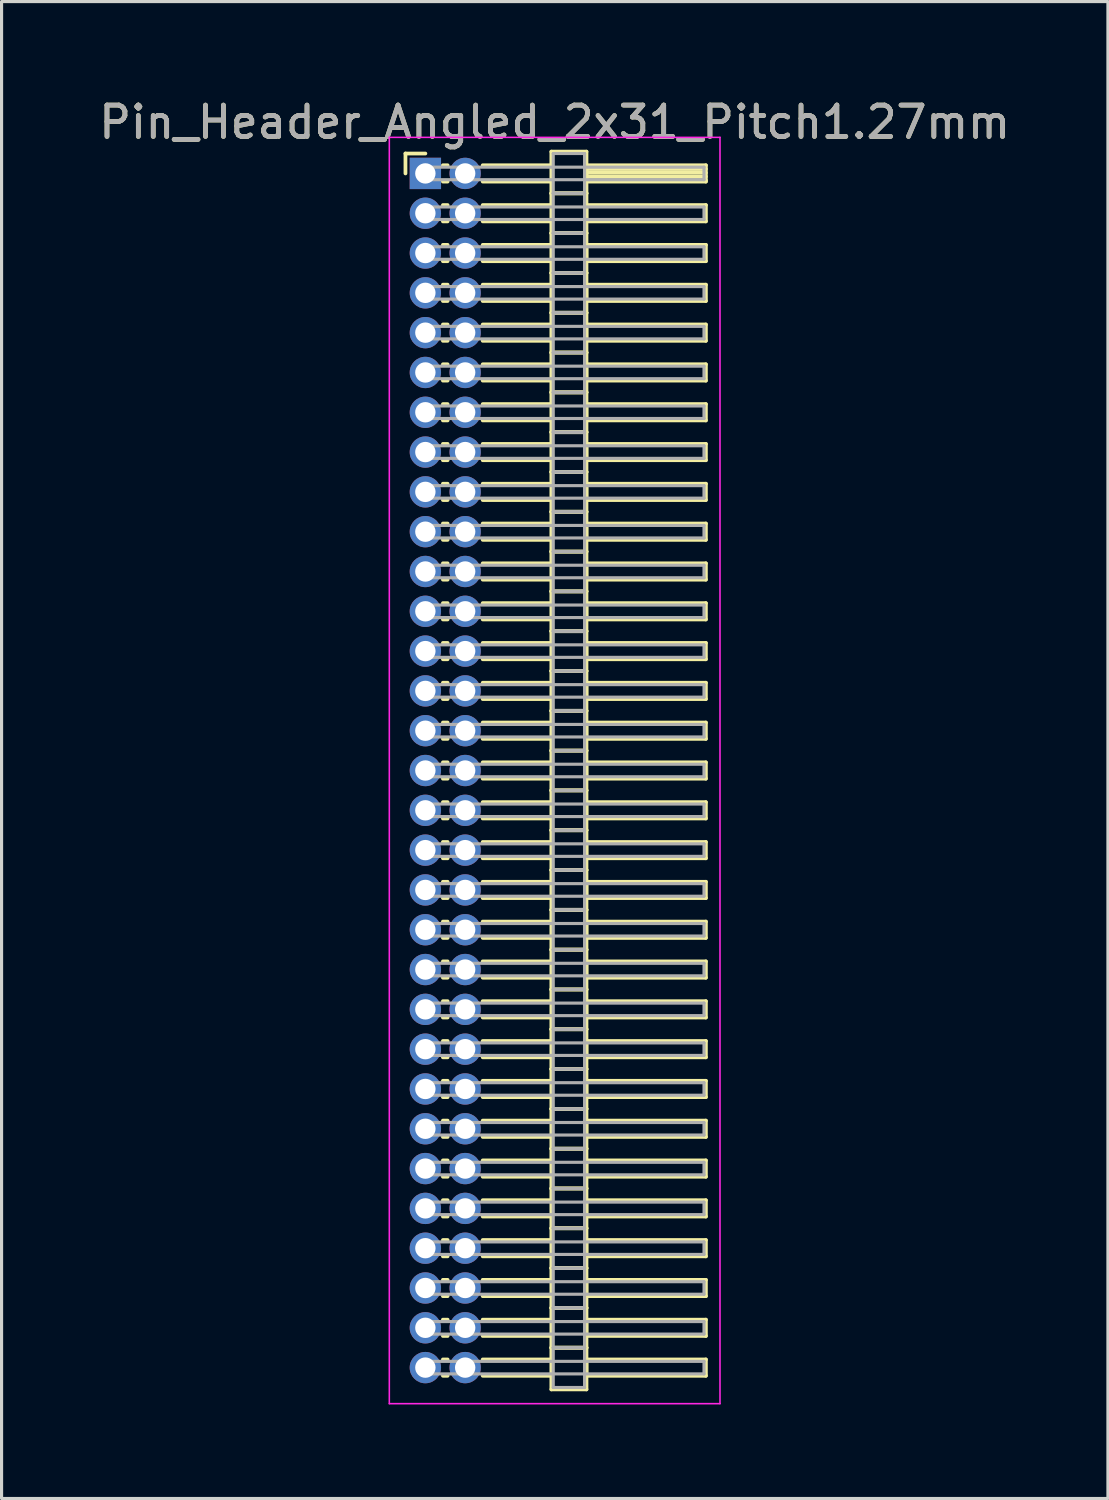
<source format=kicad_pcb>
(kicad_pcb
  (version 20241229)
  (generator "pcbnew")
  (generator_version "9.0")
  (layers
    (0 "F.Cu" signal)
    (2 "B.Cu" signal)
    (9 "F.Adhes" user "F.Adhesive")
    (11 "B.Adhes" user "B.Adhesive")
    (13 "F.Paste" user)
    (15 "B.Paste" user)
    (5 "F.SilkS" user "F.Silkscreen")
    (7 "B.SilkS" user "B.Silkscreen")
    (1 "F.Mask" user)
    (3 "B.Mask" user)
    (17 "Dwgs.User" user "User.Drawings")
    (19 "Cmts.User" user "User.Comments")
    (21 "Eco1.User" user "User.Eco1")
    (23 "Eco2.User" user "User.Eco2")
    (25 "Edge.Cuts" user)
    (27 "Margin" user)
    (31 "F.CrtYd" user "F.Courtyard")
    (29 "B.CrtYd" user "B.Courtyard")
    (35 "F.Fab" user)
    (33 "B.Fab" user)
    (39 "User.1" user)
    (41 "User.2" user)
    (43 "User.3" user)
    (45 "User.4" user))
  (footprint "Pin_Header_Angled_2x31_Pitch1.27mm"
    (layer "F.Cu")
    (at 10.521 2.483)
    (property "Reference" "Pin_Header_Angled_2x31_Pitch1.27mm" (at 4.128 -1.635 0) (layer "F.SilkS") (effects (font (size 1 1) (thickness 0.15))))
    (attr through_hole)
    (fp_line (start -0.635 -0.635) (end 0 -0.635) (stroke (width 0.12) (type solid)) (layer "F.SilkS"))
    (fp_line (start -0.635 0) (end -0.635 -0.635) (stroke (width 0.12) (type solid)) (layer "F.SilkS"))
    (fp_line (start 0.56 -0.26) (end 0.71 -0.26) (stroke (width 0.12) (type solid)) (layer "F.SilkS"))
    (fp_line (start 0.56 0.26) (end 0.71 0.26) (stroke (width 0.12) (type solid)) (layer "F.SilkS"))
    (fp_line (start 0.56 1.01) (end 0.71 1.01) (stroke (width 0.12) (type solid)) (layer "F.SilkS"))
    (fp_line (start 0.56 1.53) (end 0.71 1.53) (stroke (width 0.12) (type solid)) (layer "F.SilkS"))
    (fp_line (start 0.56 2.28) (end 0.71 2.28) (stroke (width 0.12) (type solid)) (layer "F.SilkS"))
    (fp_line (start 0.56 2.8) (end 0.71 2.8) (stroke (width 0.12) (type solid)) (layer "F.SilkS"))
    (fp_line (start 0.56 3.55) (end 0.71 3.55) (stroke (width 0.12) (type solid)) (layer "F.SilkS"))
    (fp_line (start 0.56 4.07) (end 0.71 4.07) (stroke (width 0.12) (type solid)) (layer "F.SilkS"))
    (fp_line (start 0.56 4.82) (end 0.71 4.82) (stroke (width 0.12) (type solid)) (layer "F.SilkS"))
    (fp_line (start 0.56 5.34) (end 0.71 5.34) (stroke (width 0.12) (type solid)) (layer "F.SilkS"))
    (fp_line (start 0.56 6.09) (end 0.71 6.09) (stroke (width 0.12) (type solid)) (layer "F.SilkS"))
    (fp_line (start 0.56 6.61) (end 0.71 6.61) (stroke (width 0.12) (type solid)) (layer "F.SilkS"))
    (fp_line (start 0.56 7.36) (end 0.71 7.36) (stroke (width 0.12) (type solid)) (layer "F.SilkS"))
    (fp_line (start 0.56 7.88) (end 0.71 7.88) (stroke (width 0.12) (type solid)) (layer "F.SilkS"))
    (fp_line (start 0.56 8.63) (end 0.71 8.63) (stroke (width 0.12) (type solid)) (layer "F.SilkS"))
    (fp_line (start 0.56 9.15) (end 0.71 9.15) (stroke (width 0.12) (type solid)) (layer "F.SilkS"))
    (fp_line (start 0.56 9.9) (end 0.71 9.9) (stroke (width 0.12) (type solid)) (layer "F.SilkS"))
    (fp_line (start 0.56 10.42) (end 0.71 10.42) (stroke (width 0.12) (type solid)) (layer "F.SilkS"))
    (fp_line (start 0.56 11.17) (end 0.71 11.17) (stroke (width 0.12) (type solid)) (layer "F.SilkS"))
    (fp_line (start 0.56 11.69) (end 0.71 11.69) (stroke (width 0.12) (type solid)) (layer "F.SilkS"))
    (fp_line (start 0.56 12.44) (end 0.71 12.44) (stroke (width 0.12) (type solid)) (layer "F.SilkS"))
    (fp_line (start 0.56 12.96) (end 0.71 12.96) (stroke (width 0.12) (type solid)) (layer "F.SilkS"))
    (fp_line (start 0.56 13.71) (end 0.71 13.71) (stroke (width 0.12) (type solid)) (layer "F.SilkS"))
    (fp_line (start 0.56 14.23) (end 0.71 14.23) (stroke (width 0.12) (type solid)) (layer "F.SilkS"))
    (fp_line (start 0.56 14.98) (end 0.71 14.98) (stroke (width 0.12) (type solid)) (layer "F.SilkS"))
    (fp_line (start 0.56 15.5) (end 0.71 15.5) (stroke (width 0.12) (type solid)) (layer "F.SilkS"))
    (fp_line (start 0.56 16.25) (end 0.71 16.25) (stroke (width 0.12) (type solid)) (layer "F.SilkS"))
    (fp_line (start 0.56 16.77) (end 0.71 16.77) (stroke (width 0.12) (type solid)) (layer "F.SilkS"))
    (fp_line (start 0.56 17.52) (end 0.71 17.52) (stroke (width 0.12) (type solid)) (layer "F.SilkS"))
    (fp_line (start 0.56 18.04) (end 0.71 18.04) (stroke (width 0.12) (type solid)) (layer "F.SilkS"))
    (fp_line (start 0.56 18.79) (end 0.71 18.79) (stroke (width 0.12) (type solid)) (layer "F.SilkS"))
    (fp_line (start 0.56 19.31) (end 0.71 19.31) (stroke (width 0.12) (type solid)) (layer "F.SilkS"))
    (fp_line (start 0.56 20.06) (end 0.71 20.06) (stroke (width 0.12) (type solid)) (layer "F.SilkS"))
    (fp_line (start 0.56 20.58) (end 0.71 20.58) (stroke (width 0.12) (type solid)) (layer "F.SilkS"))
    (fp_line (start 0.56 21.33) (end 0.71 21.33) (stroke (width 0.12) (type solid)) (layer "F.SilkS"))
    (fp_line (start 0.56 21.85) (end 0.71 21.85) (stroke (width 0.12) (type solid)) (layer "F.SilkS"))
    (fp_line (start 0.56 22.6) (end 0.71 22.6) (stroke (width 0.12) (type solid)) (layer "F.SilkS"))
    (fp_line (start 0.56 23.12) (end 0.71 23.12) (stroke (width 0.12) (type solid)) (layer "F.SilkS"))
    (fp_line (start 0.56 23.87) (end 0.71 23.87) (stroke (width 0.12) (type solid)) (layer "F.SilkS"))
    (fp_line (start 0.56 24.39) (end 0.71 24.39) (stroke (width 0.12) (type solid)) (layer "F.SilkS"))
    (fp_line (start 0.56 25.14) (end 0.71 25.14) (stroke (width 0.12) (type solid)) (layer "F.SilkS"))
    (fp_line (start 0.56 25.66) (end 0.71 25.66) (stroke (width 0.12) (type solid)) (layer "F.SilkS"))
    (fp_line (start 0.56 26.41) (end 0.71 26.41) (stroke (width 0.12) (type solid)) (layer "F.SilkS"))
    (fp_line (start 0.56 26.93) (end 0.71 26.93) (stroke (width 0.12) (type solid)) (layer "F.SilkS"))
    (fp_line (start 0.56 27.68) (end 0.71 27.68) (stroke (width 0.12) (type solid)) (layer "F.SilkS"))
    (fp_line (start 0.56 28.2) (end 0.71 28.2) (stroke (width 0.12) (type solid)) (layer "F.SilkS"))
    (fp_line (start 0.56 28.95) (end 0.71 28.95) (stroke (width 0.12) (type solid)) (layer "F.SilkS"))
    (fp_line (start 0.56 29.47) (end 0.71 29.47) (stroke (width 0.12) (type solid)) (layer "F.SilkS"))
    (fp_line (start 0.56 30.22) (end 0.71 30.22) (stroke (width 0.12) (type solid)) (layer "F.SilkS"))
    (fp_line (start 0.56 30.74) (end 0.71 30.74) (stroke (width 0.12) (type solid)) (layer "F.SilkS"))
    (fp_line (start 0.56 31.49) (end 0.71 31.49) (stroke (width 0.12) (type solid)) (layer "F.SilkS"))
    (fp_line (start 0.56 32.01) (end 0.71 32.01) (stroke (width 0.12) (type solid)) (layer "F.SilkS"))
    (fp_line (start 0.56 32.76) (end 0.71 32.76) (stroke (width 0.12) (type solid)) (layer "F.SilkS"))
    (fp_line (start 0.56 33.28) (end 0.71 33.28) (stroke (width 0.12) (type solid)) (layer "F.SilkS"))
    (fp_line (start 0.56 34.03) (end 0.71 34.03) (stroke (width 0.12) (type solid)) (layer "F.SilkS"))
    (fp_line (start 0.56 34.55) (end 0.71 34.55) (stroke (width 0.12) (type solid)) (layer "F.SilkS"))
    (fp_line (start 0.56 35.3) (end 0.71 35.3) (stroke (width 0.12) (type solid)) (layer "F.SilkS"))
    (fp_line (start 0.56 35.82) (end 0.71 35.82) (stroke (width 0.12) (type solid)) (layer "F.SilkS"))
    (fp_line (start 0.56 36.57) (end 0.71 36.57) (stroke (width 0.12) (type solid)) (layer "F.SilkS"))
    (fp_line (start 0.56 37.09) (end 0.71 37.09) (stroke (width 0.12) (type solid)) (layer "F.SilkS"))
    (fp_line (start 0.56 37.84) (end 0.71 37.84) (stroke (width 0.12) (type solid)) (layer "F.SilkS"))
    (fp_line (start 0.56 38.36) (end 0.71 38.36) (stroke (width 0.12) (type solid)) (layer "F.SilkS"))
    (fp_line (start 1.83 -0.26) (end 4.02 -0.26) (stroke (width 0.12) (type solid)) (layer "F.SilkS"))
    (fp_line (start 1.83 0.26) (end 4.02 0.26) (stroke (width 0.12) (type solid)) (layer "F.SilkS"))
    (fp_line (start 1.83 1.01) (end 4.02 1.01) (stroke (width 0.12) (type solid)) (layer "F.SilkS"))
    (fp_line (start 1.83 1.53) (end 4.02 1.53) (stroke (width 0.12) (type solid)) (layer "F.SilkS"))
    (fp_line (start 1.83 2.28) (end 4.02 2.28) (stroke (width 0.12) (type solid)) (layer "F.SilkS"))
    (fp_line (start 1.83 2.8) (end 4.02 2.8) (stroke (width 0.12) (type solid)) (layer "F.SilkS"))
    (fp_line (start 1.83 3.55) (end 4.02 3.55) (stroke (width 0.12) (type solid)) (layer "F.SilkS"))
    (fp_line (start 1.83 4.07) (end 4.02 4.07) (stroke (width 0.12) (type solid)) (layer "F.SilkS"))
    (fp_line (start 1.83 4.82) (end 4.02 4.82) (stroke (width 0.12) (type solid)) (layer "F.SilkS"))
    (fp_line (start 1.83 5.34) (end 4.02 5.34) (stroke (width 0.12) (type solid)) (layer "F.SilkS"))
    (fp_line (start 1.83 6.09) (end 4.02 6.09) (stroke (width 0.12) (type solid)) (layer "F.SilkS"))
    (fp_line (start 1.83 6.61) (end 4.02 6.61) (stroke (width 0.12) (type solid)) (layer "F.SilkS"))
    (fp_line (start 1.83 7.36) (end 4.02 7.36) (stroke (width 0.12) (type solid)) (layer "F.SilkS"))
    (fp_line (start 1.83 7.88) (end 4.02 7.88) (stroke (width 0.12) (type solid)) (layer "F.SilkS"))
    (fp_line (start 1.83 8.63) (end 4.02 8.63) (stroke (width 0.12) (type solid)) (layer "F.SilkS"))
    (fp_line (start 1.83 9.15) (end 4.02 9.15) (stroke (width 0.12) (type solid)) (layer "F.SilkS"))
    (fp_line (start 1.83 9.9) (end 4.02 9.9) (stroke (width 0.12) (type solid)) (layer "F.SilkS"))
    (fp_line (start 1.83 10.42) (end 4.02 10.42) (stroke (width 0.12) (type solid)) (layer "F.SilkS"))
    (fp_line (start 1.83 11.17) (end 4.02 11.17) (stroke (width 0.12) (type solid)) (layer "F.SilkS"))
    (fp_line (start 1.83 11.69) (end 4.02 11.69) (stroke (width 0.12) (type solid)) (layer "F.SilkS"))
    (fp_line (start 1.83 12.44) (end 4.02 12.44) (stroke (width 0.12) (type solid)) (layer "F.SilkS"))
    (fp_line (start 1.83 12.96) (end 4.02 12.96) (stroke (width 0.12) (type solid)) (layer "F.SilkS"))
    (fp_line (start 1.83 13.71) (end 4.02 13.71) (stroke (width 0.12) (type solid)) (layer "F.SilkS"))
    (fp_line (start 1.83 14.23) (end 4.02 14.23) (stroke (width 0.12) (type solid)) (layer "F.SilkS"))
    (fp_line (start 1.83 14.98) (end 4.02 14.98) (stroke (width 0.12) (type solid)) (layer "F.SilkS"))
    (fp_line (start 1.83 15.5) (end 4.02 15.5) (stroke (width 0.12) (type solid)) (layer "F.SilkS"))
    (fp_line (start 1.83 16.25) (end 4.02 16.25) (stroke (width 0.12) (type solid)) (layer "F.SilkS"))
    (fp_line (start 1.83 16.77) (end 4.02 16.77) (stroke (width 0.12) (type solid)) (layer "F.SilkS"))
    (fp_line (start 1.83 17.52) (end 4.02 17.52) (stroke (width 0.12) (type solid)) (layer "F.SilkS"))
    (fp_line (start 1.83 18.04) (end 4.02 18.04) (stroke (width 0.12) (type solid)) (layer "F.SilkS"))
    (fp_line (start 1.83 18.79) (end 4.02 18.79) (stroke (width 0.12) (type solid)) (layer "F.SilkS"))
    (fp_line (start 1.83 19.31) (end 4.02 19.31) (stroke (width 0.12) (type solid)) (layer "F.SilkS"))
    (fp_line (start 1.83 20.06) (end 4.02 20.06) (stroke (width 0.12) (type solid)) (layer "F.SilkS"))
    (fp_line (start 1.83 20.58) (end 4.02 20.58) (stroke (width 0.12) (type solid)) (layer "F.SilkS"))
    (fp_line (start 1.83 21.33) (end 4.02 21.33) (stroke (width 0.12) (type solid)) (layer "F.SilkS"))
    (fp_line (start 1.83 21.85) (end 4.02 21.85) (stroke (width 0.12) (type solid)) (layer "F.SilkS"))
    (fp_line (start 1.83 22.6) (end 4.02 22.6) (stroke (width 0.12) (type solid)) (layer "F.SilkS"))
    (fp_line (start 1.83 23.12) (end 4.02 23.12) (stroke (width 0.12) (type solid)) (layer "F.SilkS"))
    (fp_line (start 1.83 23.87) (end 4.02 23.87) (stroke (width 0.12) (type solid)) (layer "F.SilkS"))
    (fp_line (start 1.83 24.39) (end 4.02 24.39) (stroke (width 0.12) (type solid)) (layer "F.SilkS"))
    (fp_line (start 1.83 25.14) (end 4.02 25.14) (stroke (width 0.12) (type solid)) (layer "F.SilkS"))
    (fp_line (start 1.83 25.66) (end 4.02 25.66) (stroke (width 0.12) (type solid)) (layer "F.SilkS"))
    (fp_line (start 1.83 26.41) (end 4.02 26.41) (stroke (width 0.12) (type solid)) (layer "F.SilkS"))
    (fp_line (start 1.83 26.93) (end 4.02 26.93) (stroke (width 0.12) (type solid)) (layer "F.SilkS"))
    (fp_line (start 1.83 27.68) (end 4.02 27.68) (stroke (width 0.12) (type solid)) (layer "F.SilkS"))
    (fp_line (start 1.83 28.2) (end 4.02 28.2) (stroke (width 0.12) (type solid)) (layer "F.SilkS"))
    (fp_line (start 1.83 28.95) (end 4.02 28.95) (stroke (width 0.12) (type solid)) (layer "F.SilkS"))
    (fp_line (start 1.83 29.47) (end 4.02 29.47) (stroke (width 0.12) (type solid)) (layer "F.SilkS"))
    (fp_line (start 1.83 30.22) (end 4.02 30.22) (stroke (width 0.12) (type solid)) (layer "F.SilkS"))
    (fp_line (start 1.83 30.74) (end 4.02 30.74) (stroke (width 0.12) (type solid)) (layer "F.SilkS"))
    (fp_line (start 1.83 31.49) (end 4.02 31.49) (stroke (width 0.12) (type solid)) (layer "F.SilkS"))
    (fp_line (start 1.83 32.01) (end 4.02 32.01) (stroke (width 0.12) (type solid)) (layer "F.SilkS"))
    (fp_line (start 1.83 32.76) (end 4.02 32.76) (stroke (width 0.12) (type solid)) (layer "F.SilkS"))
    (fp_line (start 1.83 33.28) (end 4.02 33.28) (stroke (width 0.12) (type solid)) (layer "F.SilkS"))
    (fp_line (start 1.83 34.03) (end 4.02 34.03) (stroke (width 0.12) (type solid)) (layer "F.SilkS"))
    (fp_line (start 1.83 34.55) (end 4.02 34.55) (stroke (width 0.12) (type solid)) (layer "F.SilkS"))
    (fp_line (start 1.83 35.3) (end 4.02 35.3) (stroke (width 0.12) (type solid)) (layer "F.SilkS"))
    (fp_line (start 1.83 35.82) (end 4.02 35.82) (stroke (width 0.12) (type solid)) (layer "F.SilkS"))
    (fp_line (start 1.83 36.57) (end 4.02 36.57) (stroke (width 0.12) (type solid)) (layer "F.SilkS"))
    (fp_line (start 1.83 37.09) (end 4.02 37.09) (stroke (width 0.12) (type solid)) (layer "F.SilkS"))
    (fp_line (start 1.83 37.84) (end 4.02 37.84) (stroke (width 0.12) (type solid)) (layer "F.SilkS"))
    (fp_line (start 1.83 38.36) (end 4.02 38.36) (stroke (width 0.12) (type solid)) (layer "F.SilkS"))
    (fp_line (start 4.02 -0.695) (end 4.02 0.635) (stroke (width 0.12) (type solid)) (layer "F.SilkS"))
    (fp_line (start 4.02 0.635) (end 4.02 1.905) (stroke (width 0.12) (type solid)) (layer "F.SilkS"))
    (fp_line (start 4.02 0.635) (end 5.14 0.635) (stroke (width 0.12) (type solid)) (layer "F.SilkS"))
    (fp_line (start 4.02 1.905) (end 4.02 3.175) (stroke (width 0.12) (type solid)) (layer "F.SilkS"))
    (fp_line (start 4.02 1.905) (end 5.14 1.905) (stroke (width 0.12) (type solid)) (layer "F.SilkS"))
    (fp_line (start 4.02 3.175) (end 4.02 4.445) (stroke (width 0.12) (type solid)) (layer "F.SilkS"))
    (fp_line (start 4.02 3.175) (end 5.14 3.175) (stroke (width 0.12) (type solid)) (layer "F.SilkS"))
    (fp_line (start 4.02 4.445) (end 4.02 5.715) (stroke (width 0.12) (type solid)) (layer "F.SilkS"))
    (fp_line (start 4.02 4.445) (end 5.14 4.445) (stroke (width 0.12) (type solid)) (layer "F.SilkS"))
    (fp_line (start 4.02 5.715) (end 4.02 6.985) (stroke (width 0.12) (type solid)) (layer "F.SilkS"))
    (fp_line (start 4.02 5.715) (end 5.14 5.715) (stroke (width 0.12) (type solid)) (layer "F.SilkS"))
    (fp_line (start 4.02 6.985) (end 4.02 8.255) (stroke (width 0.12) (type solid)) (layer "F.SilkS"))
    (fp_line (start 4.02 6.985) (end 5.14 6.985) (stroke (width 0.12) (type solid)) (layer "F.SilkS"))
    (fp_line (start 4.02 8.255) (end 4.02 9.525) (stroke (width 0.12) (type solid)) (layer "F.SilkS"))
    (fp_line (start 4.02 8.255) (end 5.14 8.255) (stroke (width 0.12) (type solid)) (layer "F.SilkS"))
    (fp_line (start 4.02 9.525) (end 4.02 10.795) (stroke (width 0.12) (type solid)) (layer "F.SilkS"))
    (fp_line (start 4.02 9.525) (end 5.14 9.525) (stroke (width 0.12) (type solid)) (layer "F.SilkS"))
    (fp_line (start 4.02 10.795) (end 4.02 12.065) (stroke (width 0.12) (type solid)) (layer "F.SilkS"))
    (fp_line (start 4.02 10.795) (end 5.14 10.795) (stroke (width 0.12) (type solid)) (layer "F.SilkS"))
    (fp_line (start 4.02 12.065) (end 4.02 13.335) (stroke (width 0.12) (type solid)) (layer "F.SilkS"))
    (fp_line (start 4.02 12.065) (end 5.14 12.065) (stroke (width 0.12) (type solid)) (layer "F.SilkS"))
    (fp_line (start 4.02 13.335) (end 4.02 14.605) (stroke (width 0.12) (type solid)) (layer "F.SilkS"))
    (fp_line (start 4.02 13.335) (end 5.14 13.335) (stroke (width 0.12) (type solid)) (layer "F.SilkS"))
    (fp_line (start 4.02 14.605) (end 4.02 15.875) (stroke (width 0.12) (type solid)) (layer "F.SilkS"))
    (fp_line (start 4.02 14.605) (end 5.14 14.605) (stroke (width 0.12) (type solid)) (layer "F.SilkS"))
    (fp_line (start 4.02 15.875) (end 4.02 17.145) (stroke (width 0.12) (type solid)) (layer "F.SilkS"))
    (fp_line (start 4.02 15.875) (end 5.14 15.875) (stroke (width 0.12) (type solid)) (layer "F.SilkS"))
    (fp_line (start 4.02 17.145) (end 4.02 18.415) (stroke (width 0.12) (type solid)) (layer "F.SilkS"))
    (fp_line (start 4.02 17.145) (end 5.14 17.145) (stroke (width 0.12) (type solid)) (layer "F.SilkS"))
    (fp_line (start 4.02 18.415) (end 4.02 19.685) (stroke (width 0.12) (type solid)) (layer "F.SilkS"))
    (fp_line (start 4.02 18.415) (end 5.14 18.415) (stroke (width 0.12) (type solid)) (layer "F.SilkS"))
    (fp_line (start 4.02 19.685) (end 4.02 20.955) (stroke (width 0.12) (type solid)) (layer "F.SilkS"))
    (fp_line (start 4.02 19.685) (end 5.14 19.685) (stroke (width 0.12) (type solid)) (layer "F.SilkS"))
    (fp_line (start 4.02 20.955) (end 4.02 22.225) (stroke (width 0.12) (type solid)) (layer "F.SilkS"))
    (fp_line (start 4.02 20.955) (end 5.14 20.955) (stroke (width 0.12) (type solid)) (layer "F.SilkS"))
    (fp_line (start 4.02 22.225) (end 4.02 23.495) (stroke (width 0.12) (type solid)) (layer "F.SilkS"))
    (fp_line (start 4.02 22.225) (end 5.14 22.225) (stroke (width 0.12) (type solid)) (layer "F.SilkS"))
    (fp_line (start 4.02 23.495) (end 4.02 24.765) (stroke (width 0.12) (type solid)) (layer "F.SilkS"))
    (fp_line (start 4.02 23.495) (end 5.14 23.495) (stroke (width 0.12) (type solid)) (layer "F.SilkS"))
    (fp_line (start 4.02 24.765) (end 4.02 26.035) (stroke (width 0.12) (type solid)) (layer "F.SilkS"))
    (fp_line (start 4.02 24.765) (end 5.14 24.765) (stroke (width 0.12) (type solid)) (layer "F.SilkS"))
    (fp_line (start 4.02 26.035) (end 4.02 27.305) (stroke (width 0.12) (type solid)) (layer "F.SilkS"))
    (fp_line (start 4.02 26.035) (end 5.14 26.035) (stroke (width 0.12) (type solid)) (layer "F.SilkS"))
    (fp_line (start 4.02 27.305) (end 4.02 28.575) (stroke (width 0.12) (type solid)) (layer "F.SilkS"))
    (fp_line (start 4.02 27.305) (end 5.14 27.305) (stroke (width 0.12) (type solid)) (layer "F.SilkS"))
    (fp_line (start 4.02 28.575) (end 4.02 29.845) (stroke (width 0.12) (type solid)) (layer "F.SilkS"))
    (fp_line (start 4.02 28.575) (end 5.14 28.575) (stroke (width 0.12) (type solid)) (layer "F.SilkS"))
    (fp_line (start 4.02 29.845) (end 4.02 31.115) (stroke (width 0.12) (type solid)) (layer "F.SilkS"))
    (fp_line (start 4.02 29.845) (end 5.14 29.845) (stroke (width 0.12) (type solid)) (layer "F.SilkS"))
    (fp_line (start 4.02 31.115) (end 4.02 32.385) (stroke (width 0.12) (type solid)) (layer "F.SilkS"))
    (fp_line (start 4.02 31.115) (end 5.14 31.115) (stroke (width 0.12) (type solid)) (layer "F.SilkS"))
    (fp_line (start 4.02 32.385) (end 4.02 33.655) (stroke (width 0.12) (type solid)) (layer "F.SilkS"))
    (fp_line (start 4.02 32.385) (end 5.14 32.385) (stroke (width 0.12) (type solid)) (layer "F.SilkS"))
    (fp_line (start 4.02 33.655) (end 4.02 34.925) (stroke (width 0.12) (type solid)) (layer "F.SilkS"))
    (fp_line (start 4.02 33.655) (end 5.14 33.655) (stroke (width 0.12) (type solid)) (layer "F.SilkS"))
    (fp_line (start 4.02 34.925) (end 4.02 36.195) (stroke (width 0.12) (type solid)) (layer "F.SilkS"))
    (fp_line (start 4.02 34.925) (end 5.14 34.925) (stroke (width 0.12) (type solid)) (layer "F.SilkS"))
    (fp_line (start 4.02 36.195) (end 4.02 37.465) (stroke (width 0.12) (type solid)) (layer "F.SilkS"))
    (fp_line (start 4.02 36.195) (end 5.14 36.195) (stroke (width 0.12) (type solid)) (layer "F.SilkS"))
    (fp_line (start 4.02 37.465) (end 4.02 38.795) (stroke (width 0.12) (type solid)) (layer "F.SilkS"))
    (fp_line (start 4.02 37.465) (end 5.14 37.465) (stroke (width 0.12) (type solid)) (layer "F.SilkS"))
    (fp_line (start 4.02 38.795) (end 5.14 38.795) (stroke (width 0.12) (type solid)) (layer "F.SilkS"))
    (fp_line (start 5.14 -0.695) (end 4.02 -0.695) (stroke (width 0.12) (type solid)) (layer "F.SilkS"))
    (fp_line (start 5.14 -0.26) (end 5.14 0.26) (stroke (width 0.12) (type solid)) (layer "F.SilkS"))
    (fp_line (start 5.14 -0.14) (end 8.95 -0.14) (stroke (width 0.12) (type solid)) (layer "F.SilkS"))
    (fp_line (start 5.14 -0.02) (end 8.95 -0.02) (stroke (width 0.12) (type solid)) (layer "F.SilkS"))
    (fp_line (start 5.14 0.1) (end 8.95 0.1) (stroke (width 0.12) (type solid)) (layer "F.SilkS"))
    (fp_line (start 5.14 0.22) (end 8.95 0.22) (stroke (width 0.12) (type solid)) (layer "F.SilkS"))
    (fp_line (start 5.14 0.26) (end 8.95 0.26) (stroke (width 0.12) (type solid)) (layer "F.SilkS"))
    (fp_line (start 5.14 0.635) (end 4.02 0.635) (stroke (width 0.12) (type solid)) (layer "F.SilkS"))
    (fp_line (start 5.14 0.635) (end 5.14 -0.695) (stroke (width 0.12) (type solid)) (layer "F.SilkS"))
    (fp_line (start 5.14 1.01) (end 5.14 1.53) (stroke (width 0.12) (type solid)) (layer "F.SilkS"))
    (fp_line (start 5.14 1.53) (end 8.95 1.53) (stroke (width 0.12) (type solid)) (layer "F.SilkS"))
    (fp_line (start 5.14 1.905) (end 4.02 1.905) (stroke (width 0.12) (type solid)) (layer "F.SilkS"))
    (fp_line (start 5.14 1.905) (end 5.14 0.635) (stroke (width 0.12) (type solid)) (layer "F.SilkS"))
    (fp_line (start 5.14 2.28) (end 5.14 2.8) (stroke (width 0.12) (type solid)) (layer "F.SilkS"))
    (fp_line (start 5.14 2.8) (end 8.95 2.8) (stroke (width 0.12) (type solid)) (layer "F.SilkS"))
    (fp_line (start 5.14 3.175) (end 4.02 3.175) (stroke (width 0.12) (type solid)) (layer "F.SilkS"))
    (fp_line (start 5.14 3.175) (end 5.14 1.905) (stroke (width 0.12) (type solid)) (layer "F.SilkS"))
    (fp_line (start 5.14 3.55) (end 5.14 4.07) (stroke (width 0.12) (type solid)) (layer "F.SilkS"))
    (fp_line (start 5.14 4.07) (end 8.95 4.07) (stroke (width 0.12) (type solid)) (layer "F.SilkS"))
    (fp_line (start 5.14 4.445) (end 4.02 4.445) (stroke (width 0.12) (type solid)) (layer "F.SilkS"))
    (fp_line (start 5.14 4.445) (end 5.14 3.175) (stroke (width 0.12) (type solid)) (layer "F.SilkS"))
    (fp_line (start 5.14 4.82) (end 5.14 5.34) (stroke (width 0.12) (type solid)) (layer "F.SilkS"))
    (fp_line (start 5.14 5.34) (end 8.95 5.34) (stroke (width 0.12) (type solid)) (layer "F.SilkS"))
    (fp_line (start 5.14 5.715) (end 4.02 5.715) (stroke (width 0.12) (type solid)) (layer "F.SilkS"))
    (fp_line (start 5.14 5.715) (end 5.14 4.445) (stroke (width 0.12) (type solid)) (layer "F.SilkS"))
    (fp_line (start 5.14 6.09) (end 5.14 6.61) (stroke (width 0.12) (type solid)) (layer "F.SilkS"))
    (fp_line (start 5.14 6.61) (end 8.95 6.61) (stroke (width 0.12) (type solid)) (layer "F.SilkS"))
    (fp_line (start 5.14 6.985) (end 4.02 6.985) (stroke (width 0.12) (type solid)) (layer "F.SilkS"))
    (fp_line (start 5.14 6.985) (end 5.14 5.715) (stroke (width 0.12) (type solid)) (layer "F.SilkS"))
    (fp_line (start 5.14 7.36) (end 5.14 7.88) (stroke (width 0.12) (type solid)) (layer "F.SilkS"))
    (fp_line (start 5.14 7.88) (end 8.95 7.88) (stroke (width 0.12) (type solid)) (layer "F.SilkS"))
    (fp_line (start 5.14 8.255) (end 4.02 8.255) (stroke (width 0.12) (type solid)) (layer "F.SilkS"))
    (fp_line (start 5.14 8.255) (end 5.14 6.985) (stroke (width 0.12) (type solid)) (layer "F.SilkS"))
    (fp_line (start 5.14 8.63) (end 5.14 9.15) (stroke (width 0.12) (type solid)) (layer "F.SilkS"))
    (fp_line (start 5.14 9.15) (end 8.95 9.15) (stroke (width 0.12) (type solid)) (layer "F.SilkS"))
    (fp_line (start 5.14 9.525) (end 4.02 9.525) (stroke (width 0.12) (type solid)) (layer "F.SilkS"))
    (fp_line (start 5.14 9.525) (end 5.14 8.255) (stroke (width 0.12) (type solid)) (layer "F.SilkS"))
    (fp_line (start 5.14 9.9) (end 5.14 10.42) (stroke (width 0.12) (type solid)) (layer "F.SilkS"))
    (fp_line (start 5.14 10.42) (end 8.95 10.42) (stroke (width 0.12) (type solid)) (layer "F.SilkS"))
    (fp_line (start 5.14 10.795) (end 4.02 10.795) (stroke (width 0.12) (type solid)) (layer "F.SilkS"))
    (fp_line (start 5.14 10.795) (end 5.14 9.525) (stroke (width 0.12) (type solid)) (layer "F.SilkS"))
    (fp_line (start 5.14 11.17) (end 5.14 11.69) (stroke (width 0.12) (type solid)) (layer "F.SilkS"))
    (fp_line (start 5.14 11.69) (end 8.95 11.69) (stroke (width 0.12) (type solid)) (layer "F.SilkS"))
    (fp_line (start 5.14 12.065) (end 4.02 12.065) (stroke (width 0.12) (type solid)) (layer "F.SilkS"))
    (fp_line (start 5.14 12.065) (end 5.14 10.795) (stroke (width 0.12) (type solid)) (layer "F.SilkS"))
    (fp_line (start 5.14 12.44) (end 5.14 12.96) (stroke (width 0.12) (type solid)) (layer "F.SilkS"))
    (fp_line (start 5.14 12.96) (end 8.95 12.96) (stroke (width 0.12) (type solid)) (layer "F.SilkS"))
    (fp_line (start 5.14 13.335) (end 4.02 13.335) (stroke (width 0.12) (type solid)) (layer "F.SilkS"))
    (fp_line (start 5.14 13.335) (end 5.14 12.065) (stroke (width 0.12) (type solid)) (layer "F.SilkS"))
    (fp_line (start 5.14 13.71) (end 5.14 14.23) (stroke (width 0.12) (type solid)) (layer "F.SilkS"))
    (fp_line (start 5.14 14.23) (end 8.95 14.23) (stroke (width 0.12) (type solid)) (layer "F.SilkS"))
    (fp_line (start 5.14 14.605) (end 4.02 14.605) (stroke (width 0.12) (type solid)) (layer "F.SilkS"))
    (fp_line (start 5.14 14.605) (end 5.14 13.335) (stroke (width 0.12) (type solid)) (layer "F.SilkS"))
    (fp_line (start 5.14 14.98) (end 5.14 15.5) (stroke (width 0.12) (type solid)) (layer "F.SilkS"))
    (fp_line (start 5.14 15.5) (end 8.95 15.5) (stroke (width 0.12) (type solid)) (layer "F.SilkS"))
    (fp_line (start 5.14 15.875) (end 4.02 15.875) (stroke (width 0.12) (type solid)) (layer "F.SilkS"))
    (fp_line (start 5.14 15.875) (end 5.14 14.605) (stroke (width 0.12) (type solid)) (layer "F.SilkS"))
    (fp_line (start 5.14 16.25) (end 5.14 16.77) (stroke (width 0.12) (type solid)) (layer "F.SilkS"))
    (fp_line (start 5.14 16.77) (end 8.95 16.77) (stroke (width 0.12) (type solid)) (layer "F.SilkS"))
    (fp_line (start 5.14 17.145) (end 4.02 17.145) (stroke (width 0.12) (type solid)) (layer "F.SilkS"))
    (fp_line (start 5.14 17.145) (end 5.14 15.875) (stroke (width 0.12) (type solid)) (layer "F.SilkS"))
    (fp_line (start 5.14 17.52) (end 5.14 18.04) (stroke (width 0.12) (type solid)) (layer "F.SilkS"))
    (fp_line (start 5.14 18.04) (end 8.95 18.04) (stroke (width 0.12) (type solid)) (layer "F.SilkS"))
    (fp_line (start 5.14 18.415) (end 4.02 18.415) (stroke (width 0.12) (type solid)) (layer "F.SilkS"))
    (fp_line (start 5.14 18.415) (end 5.14 17.145) (stroke (width 0.12) (type solid)) (layer "F.SilkS"))
    (fp_line (start 5.14 18.79) (end 5.14 19.31) (stroke (width 0.12) (type solid)) (layer "F.SilkS"))
    (fp_line (start 5.14 19.31) (end 8.95 19.31) (stroke (width 0.12) (type solid)) (layer "F.SilkS"))
    (fp_line (start 5.14 19.685) (end 4.02 19.685) (stroke (width 0.12) (type solid)) (layer "F.SilkS"))
    (fp_line (start 5.14 19.685) (end 5.14 18.415) (stroke (width 0.12) (type solid)) (layer "F.SilkS"))
    (fp_line (start 5.14 20.06) (end 5.14 20.58) (stroke (width 0.12) (type solid)) (layer "F.SilkS"))
    (fp_line (start 5.14 20.58) (end 8.95 20.58) (stroke (width 0.12) (type solid)) (layer "F.SilkS"))
    (fp_line (start 5.14 20.955) (end 4.02 20.955) (stroke (width 0.12) (type solid)) (layer "F.SilkS"))
    (fp_line (start 5.14 20.955) (end 5.14 19.685) (stroke (width 0.12) (type solid)) (layer "F.SilkS"))
    (fp_line (start 5.14 21.33) (end 5.14 21.85) (stroke (width 0.12) (type solid)) (layer "F.SilkS"))
    (fp_line (start 5.14 21.85) (end 8.95 21.85) (stroke (width 0.12) (type solid)) (layer "F.SilkS"))
    (fp_line (start 5.14 22.225) (end 4.02 22.225) (stroke (width 0.12) (type solid)) (layer "F.SilkS"))
    (fp_line (start 5.14 22.225) (end 5.14 20.955) (stroke (width 0.12) (type solid)) (layer "F.SilkS"))
    (fp_line (start 5.14 22.6) (end 5.14 23.12) (stroke (width 0.12) (type solid)) (layer "F.SilkS"))
    (fp_line (start 5.14 23.12) (end 8.95 23.12) (stroke (width 0.12) (type solid)) (layer "F.SilkS"))
    (fp_line (start 5.14 23.495) (end 4.02 23.495) (stroke (width 0.12) (type solid)) (layer "F.SilkS"))
    (fp_line (start 5.14 23.495) (end 5.14 22.225) (stroke (width 0.12) (type solid)) (layer "F.SilkS"))
    (fp_line (start 5.14 23.87) (end 5.14 24.39) (stroke (width 0.12) (type solid)) (layer "F.SilkS"))
    (fp_line (start 5.14 24.39) (end 8.95 24.39) (stroke (width 0.12) (type solid)) (layer "F.SilkS"))
    (fp_line (start 5.14 24.765) (end 4.02 24.765) (stroke (width 0.12) (type solid)) (layer "F.SilkS"))
    (fp_line (start 5.14 24.765) (end 5.14 23.495) (stroke (width 0.12) (type solid)) (layer "F.SilkS"))
    (fp_line (start 5.14 25.14) (end 5.14 25.66) (stroke (width 0.12) (type solid)) (layer "F.SilkS"))
    (fp_line (start 5.14 25.66) (end 8.95 25.66) (stroke (width 0.12) (type solid)) (layer "F.SilkS"))
    (fp_line (start 5.14 26.035) (end 4.02 26.035) (stroke (width 0.12) (type solid)) (layer "F.SilkS"))
    (fp_line (start 5.14 26.035) (end 5.14 24.765) (stroke (width 0.12) (type solid)) (layer "F.SilkS"))
    (fp_line (start 5.14 26.41) (end 5.14 26.93) (stroke (width 0.12) (type solid)) (layer "F.SilkS"))
    (fp_line (start 5.14 26.93) (end 8.95 26.93) (stroke (width 0.12) (type solid)) (layer "F.SilkS"))
    (fp_line (start 5.14 27.305) (end 4.02 27.305) (stroke (width 0.12) (type solid)) (layer "F.SilkS"))
    (fp_line (start 5.14 27.305) (end 5.14 26.035) (stroke (width 0.12) (type solid)) (layer "F.SilkS"))
    (fp_line (start 5.14 27.68) (end 5.14 28.2) (stroke (width 0.12) (type solid)) (layer "F.SilkS"))
    (fp_line (start 5.14 28.2) (end 8.95 28.2) (stroke (width 0.12) (type solid)) (layer "F.SilkS"))
    (fp_line (start 5.14 28.575) (end 4.02 28.575) (stroke (width 0.12) (type solid)) (layer "F.SilkS"))
    (fp_line (start 5.14 28.575) (end 5.14 27.305) (stroke (width 0.12) (type solid)) (layer "F.SilkS"))
    (fp_line (start 5.14 28.95) (end 5.14 29.47) (stroke (width 0.12) (type solid)) (layer "F.SilkS"))
    (fp_line (start 5.14 29.47) (end 8.95 29.47) (stroke (width 0.12) (type solid)) (layer "F.SilkS"))
    (fp_line (start 5.14 29.845) (end 4.02 29.845) (stroke (width 0.12) (type solid)) (layer "F.SilkS"))
    (fp_line (start 5.14 29.845) (end 5.14 28.575) (stroke (width 0.12) (type solid)) (layer "F.SilkS"))
    (fp_line (start 5.14 30.22) (end 5.14 30.74) (stroke (width 0.12) (type solid)) (layer "F.SilkS"))
    (fp_line (start 5.14 30.74) (end 8.95 30.74) (stroke (width 0.12) (type solid)) (layer "F.SilkS"))
    (fp_line (start 5.14 31.115) (end 4.02 31.115) (stroke (width 0.12) (type solid)) (layer "F.SilkS"))
    (fp_line (start 5.14 31.115) (end 5.14 29.845) (stroke (width 0.12) (type solid)) (layer "F.SilkS"))
    (fp_line (start 5.14 31.49) (end 5.14 32.01) (stroke (width 0.12) (type solid)) (layer "F.SilkS"))
    (fp_line (start 5.14 32.01) (end 8.95 32.01) (stroke (width 0.12) (type solid)) (layer "F.SilkS"))
    (fp_line (start 5.14 32.385) (end 4.02 32.385) (stroke (width 0.12) (type solid)) (layer "F.SilkS"))
    (fp_line (start 5.14 32.385) (end 5.14 31.115) (stroke (width 0.12) (type solid)) (layer "F.SilkS"))
    (fp_line (start 5.14 32.76) (end 5.14 33.28) (stroke (width 0.12) (type solid)) (layer "F.SilkS"))
    (fp_line (start 5.14 33.28) (end 8.95 33.28) (stroke (width 0.12) (type solid)) (layer "F.SilkS"))
    (fp_line (start 5.14 33.655) (end 4.02 33.655) (stroke (width 0.12) (type solid)) (layer "F.SilkS"))
    (fp_line (start 5.14 33.655) (end 5.14 32.385) (stroke (width 0.12) (type solid)) (layer "F.SilkS"))
    (fp_line (start 5.14 34.03) (end 5.14 34.55) (stroke (width 0.12) (type solid)) (layer "F.SilkS"))
    (fp_line (start 5.14 34.55) (end 8.95 34.55) (stroke (width 0.12) (type solid)) (layer "F.SilkS"))
    (fp_line (start 5.14 34.925) (end 4.02 34.925) (stroke (width 0.12) (type solid)) (layer "F.SilkS"))
    (fp_line (start 5.14 34.925) (end 5.14 33.655) (stroke (width 0.12) (type solid)) (layer "F.SilkS"))
    (fp_line (start 5.14 35.3) (end 5.14 35.82) (stroke (width 0.12) (type solid)) (layer "F.SilkS"))
    (fp_line (start 5.14 35.82) (end 8.95 35.82) (stroke (width 0.12) (type solid)) (layer "F.SilkS"))
    (fp_line (start 5.14 36.195) (end 4.02 36.195) (stroke (width 0.12) (type solid)) (layer "F.SilkS"))
    (fp_line (start 5.14 36.195) (end 5.14 34.925) (stroke (width 0.12) (type solid)) (layer "F.SilkS"))
    (fp_line (start 5.14 36.57) (end 5.14 37.09) (stroke (width 0.12) (type solid)) (layer "F.SilkS"))
    (fp_line (start 5.14 37.09) (end 8.95 37.09) (stroke (width 0.12) (type solid)) (layer "F.SilkS"))
    (fp_line (start 5.14 37.465) (end 4.02 37.465) (stroke (width 0.12) (type solid)) (layer "F.SilkS"))
    (fp_line (start 5.14 37.465) (end 5.14 36.195) (stroke (width 0.12) (type solid)) (layer "F.SilkS"))
    (fp_line (start 5.14 37.84) (end 5.14 38.36) (stroke (width 0.12) (type solid)) (layer "F.SilkS"))
    (fp_line (start 5.14 38.36) (end 8.95 38.36) (stroke (width 0.12) (type solid)) (layer "F.SilkS"))
    (fp_line (start 5.14 38.795) (end 5.14 37.465) (stroke (width 0.12) (type solid)) (layer "F.SilkS"))
    (fp_line (start 8.95 -0.26) (end 5.14 -0.26) (stroke (width 0.12) (type solid)) (layer "F.SilkS"))
    (fp_line (start 8.95 0.26) (end 8.95 -0.26) (stroke (width 0.12) (type solid)) (layer "F.SilkS"))
    (fp_line (start 8.95 1.01) (end 5.14 1.01) (stroke (width 0.12) (type solid)) (layer "F.SilkS"))
    (fp_line (start 8.95 1.53) (end 8.95 1.01) (stroke (width 0.12) (type solid)) (layer "F.SilkS"))
    (fp_line (start 8.95 2.28) (end 5.14 2.28) (stroke (width 0.12) (type solid)) (layer "F.SilkS"))
    (fp_line (start 8.95 2.8) (end 8.95 2.28) (stroke (width 0.12) (type solid)) (layer "F.SilkS"))
    (fp_line (start 8.95 3.55) (end 5.14 3.55) (stroke (width 0.12) (type solid)) (layer "F.SilkS"))
    (fp_line (start 8.95 4.07) (end 8.95 3.55) (stroke (width 0.12) (type solid)) (layer "F.SilkS"))
    (fp_line (start 8.95 4.82) (end 5.14 4.82) (stroke (width 0.12) (type solid)) (layer "F.SilkS"))
    (fp_line (start 8.95 5.34) (end 8.95 4.82) (stroke (width 0.12) (type solid)) (layer "F.SilkS"))
    (fp_line (start 8.95 6.09) (end 5.14 6.09) (stroke (width 0.12) (type solid)) (layer "F.SilkS"))
    (fp_line (start 8.95 6.61) (end 8.95 6.09) (stroke (width 0.12) (type solid)) (layer "F.SilkS"))
    (fp_line (start 8.95 7.36) (end 5.14 7.36) (stroke (width 0.12) (type solid)) (layer "F.SilkS"))
    (fp_line (start 8.95 7.88) (end 8.95 7.36) (stroke (width 0.12) (type solid)) (layer "F.SilkS"))
    (fp_line (start 8.95 8.63) (end 5.14 8.63) (stroke (width 0.12) (type solid)) (layer "F.SilkS"))
    (fp_line (start 8.95 9.15) (end 8.95 8.63) (stroke (width 0.12) (type solid)) (layer "F.SilkS"))
    (fp_line (start 8.95 9.9) (end 5.14 9.9) (stroke (width 0.12) (type solid)) (layer "F.SilkS"))
    (fp_line (start 8.95 10.42) (end 8.95 9.9) (stroke (width 0.12) (type solid)) (layer "F.SilkS"))
    (fp_line (start 8.95 11.17) (end 5.14 11.17) (stroke (width 0.12) (type solid)) (layer "F.SilkS"))
    (fp_line (start 8.95 11.69) (end 8.95 11.17) (stroke (width 0.12) (type solid)) (layer "F.SilkS"))
    (fp_line (start 8.95 12.44) (end 5.14 12.44) (stroke (width 0.12) (type solid)) (layer "F.SilkS"))
    (fp_line (start 8.95 12.96) (end 8.95 12.44) (stroke (width 0.12) (type solid)) (layer "F.SilkS"))
    (fp_line (start 8.95 13.71) (end 5.14 13.71) (stroke (width 0.12) (type solid)) (layer "F.SilkS"))
    (fp_line (start 8.95 14.23) (end 8.95 13.71) (stroke (width 0.12) (type solid)) (layer "F.SilkS"))
    (fp_line (start 8.95 14.98) (end 5.14 14.98) (stroke (width 0.12) (type solid)) (layer "F.SilkS"))
    (fp_line (start 8.95 15.5) (end 8.95 14.98) (stroke (width 0.12) (type solid)) (layer "F.SilkS"))
    (fp_line (start 8.95 16.25) (end 5.14 16.25) (stroke (width 0.12) (type solid)) (layer "F.SilkS"))
    (fp_line (start 8.95 16.77) (end 8.95 16.25) (stroke (width 0.12) (type solid)) (layer "F.SilkS"))
    (fp_line (start 8.95 17.52) (end 5.14 17.52) (stroke (width 0.12) (type solid)) (layer "F.SilkS"))
    (fp_line (start 8.95 18.04) (end 8.95 17.52) (stroke (width 0.12) (type solid)) (layer "F.SilkS"))
    (fp_line (start 8.95 18.79) (end 5.14 18.79) (stroke (width 0.12) (type solid)) (layer "F.SilkS"))
    (fp_line (start 8.95 19.31) (end 8.95 18.79) (stroke (width 0.12) (type solid)) (layer "F.SilkS"))
    (fp_line (start 8.95 20.06) (end 5.14 20.06) (stroke (width 0.12) (type solid)) (layer "F.SilkS"))
    (fp_line (start 8.95 20.58) (end 8.95 20.06) (stroke (width 0.12) (type solid)) (layer "F.SilkS"))
    (fp_line (start 8.95 21.33) (end 5.14 21.33) (stroke (width 0.12) (type solid)) (layer "F.SilkS"))
    (fp_line (start 8.95 21.85) (end 8.95 21.33) (stroke (width 0.12) (type solid)) (layer "F.SilkS"))
    (fp_line (start 8.95 22.6) (end 5.14 22.6) (stroke (width 0.12) (type solid)) (layer "F.SilkS"))
    (fp_line (start 8.95 23.12) (end 8.95 22.6) (stroke (width 0.12) (type solid)) (layer "F.SilkS"))
    (fp_line (start 8.95 23.87) (end 5.14 23.87) (stroke (width 0.12) (type solid)) (layer "F.SilkS"))
    (fp_line (start 8.95 24.39) (end 8.95 23.87) (stroke (width 0.12) (type solid)) (layer "F.SilkS"))
    (fp_line (start 8.95 25.14) (end 5.14 25.14) (stroke (width 0.12) (type solid)) (layer "F.SilkS"))
    (fp_line (start 8.95 25.66) (end 8.95 25.14) (stroke (width 0.12) (type solid)) (layer "F.SilkS"))
    (fp_line (start 8.95 26.41) (end 5.14 26.41) (stroke (width 0.12) (type solid)) (layer "F.SilkS"))
    (fp_line (start 8.95 26.93) (end 8.95 26.41) (stroke (width 0.12) (type solid)) (layer "F.SilkS"))
    (fp_line (start 8.95 27.68) (end 5.14 27.68) (stroke (width 0.12) (type solid)) (layer "F.SilkS"))
    (fp_line (start 8.95 28.2) (end 8.95 27.68) (stroke (width 0.12) (type solid)) (layer "F.SilkS"))
    (fp_line (start 8.95 28.95) (end 5.14 28.95) (stroke (width 0.12) (type solid)) (layer "F.SilkS"))
    (fp_line (start 8.95 29.47) (end 8.95 28.95) (stroke (width 0.12) (type solid)) (layer "F.SilkS"))
    (fp_line (start 8.95 30.22) (end 5.14 30.22) (stroke (width 0.12) (type solid)) (layer "F.SilkS"))
    (fp_line (start 8.95 30.74) (end 8.95 30.22) (stroke (width 0.12) (type solid)) (layer "F.SilkS"))
    (fp_line (start 8.95 31.49) (end 5.14 31.49) (stroke (width 0.12) (type solid)) (layer "F.SilkS"))
    (fp_line (start 8.95 32.01) (end 8.95 31.49) (stroke (width 0.12) (type solid)) (layer "F.SilkS"))
    (fp_line (start 8.95 32.76) (end 5.14 32.76) (stroke (width 0.12) (type solid)) (layer "F.SilkS"))
    (fp_line (start 8.95 33.28) (end 8.95 32.76) (stroke (width 0.12) (type solid)) (layer "F.SilkS"))
    (fp_line (start 8.95 34.03) (end 5.14 34.03) (stroke (width 0.12) (type solid)) (layer "F.SilkS"))
    (fp_line (start 8.95 34.55) (end 8.95 34.03) (stroke (width 0.12) (type solid)) (layer "F.SilkS"))
    (fp_line (start 8.95 35.3) (end 5.14 35.3) (stroke (width 0.12) (type solid)) (layer "F.SilkS"))
    (fp_line (start 8.95 35.82) (end 8.95 35.3) (stroke (width 0.12) (type solid)) (layer "F.SilkS"))
    (fp_line (start 8.95 36.57) (end 5.14 36.57) (stroke (width 0.12) (type solid)) (layer "F.SilkS"))
    (fp_line (start 8.95 37.09) (end 8.95 36.57) (stroke (width 0.12) (type solid)) (layer "F.SilkS"))
    (fp_line (start 8.95 37.84) (end 5.14 37.84) (stroke (width 0.12) (type solid)) (layer "F.SilkS"))
    (fp_line (start 8.95 38.36) (end 8.95 37.84) (stroke (width 0.12) (type solid)) (layer "F.SilkS"))
    (fp_line (start -1.15 -1.15) (end -1.15 39.25) (stroke (width 0.05) (type solid)) (layer "F.CrtYd"))
    (fp_line (start -1.15 39.25) (end 9.4 39.25) (stroke (width 0.05) (type solid)) (layer "F.CrtYd"))
    (fp_line (start 9.4 -1.15) (end -1.15 -1.15) (stroke (width 0.05) (type solid)) (layer "F.CrtYd"))
    (fp_line (start 9.4 39.25) (end 9.4 -1.15) (stroke (width 0.05) (type solid)) (layer "F.CrtYd"))
    (fp_line (start 0 -0.2) (end 0 0.2) (stroke (width 0.1) (type solid)) (layer "F.Fab"))
    (fp_line (start 0 0.2) (end 8.89 0.2) (stroke (width 0.1) (type solid)) (layer "F.Fab"))
    (fp_line (start 0 1.07) (end 0 1.47) (stroke (width 0.1) (type solid)) (layer "F.Fab"))
    (fp_line (start 0 1.47) (end 8.89 1.47) (stroke (width 0.1) (type solid)) (layer "F.Fab"))
    (fp_line (start 0 2.34) (end 0 2.74) (stroke (width 0.1) (type solid)) (layer "F.Fab"))
    (fp_line (start 0 2.74) (end 8.89 2.74) (stroke (width 0.1) (type solid)) (layer "F.Fab"))
    (fp_line (start 0 3.61) (end 0 4.01) (stroke (width 0.1) (type solid)) (layer "F.Fab"))
    (fp_line (start 0 4.01) (end 8.89 4.01) (stroke (width 0.1) (type solid)) (layer "F.Fab"))
    (fp_line (start 0 4.88) (end 0 5.28) (stroke (width 0.1) (type solid)) (layer "F.Fab"))
    (fp_line (start 0 5.28) (end 8.89 5.28) (stroke (width 0.1) (type solid)) (layer "F.Fab"))
    (fp_line (start 0 6.15) (end 0 6.55) (stroke (width 0.1) (type solid)) (layer "F.Fab"))
    (fp_line (start 0 6.55) (end 8.89 6.55) (stroke (width 0.1) (type solid)) (layer "F.Fab"))
    (fp_line (start 0 7.42) (end 0 7.82) (stroke (width 0.1) (type solid)) (layer "F.Fab"))
    (fp_line (start 0 7.82) (end 8.89 7.82) (stroke (width 0.1) (type solid)) (layer "F.Fab"))
    (fp_line (start 0 8.69) (end 0 9.09) (stroke (width 0.1) (type solid)) (layer "F.Fab"))
    (fp_line (start 0 9.09) (end 8.89 9.09) (stroke (width 0.1) (type solid)) (layer "F.Fab"))
    (fp_line (start 0 9.96) (end 0 10.36) (stroke (width 0.1) (type solid)) (layer "F.Fab"))
    (fp_line (start 0 10.36) (end 8.89 10.36) (stroke (width 0.1) (type solid)) (layer "F.Fab"))
    (fp_line (start 0 11.23) (end 0 11.63) (stroke (width 0.1) (type solid)) (layer "F.Fab"))
    (fp_line (start 0 11.63) (end 8.89 11.63) (stroke (width 0.1) (type solid)) (layer "F.Fab"))
    (fp_line (start 0 12.5) (end 0 12.9) (stroke (width 0.1) (type solid)) (layer "F.Fab"))
    (fp_line (start 0 12.9) (end 8.89 12.9) (stroke (width 0.1) (type solid)) (layer "F.Fab"))
    (fp_line (start 0 13.77) (end 0 14.17) (stroke (width 0.1) (type solid)) (layer "F.Fab"))
    (fp_line (start 0 14.17) (end 8.89 14.17) (stroke (width 0.1) (type solid)) (layer "F.Fab"))
    (fp_line (start 0 15.04) (end 0 15.44) (stroke (width 0.1) (type solid)) (layer "F.Fab"))
    (fp_line (start 0 15.44) (end 8.89 15.44) (stroke (width 0.1) (type solid)) (layer "F.Fab"))
    (fp_line (start 0 16.31) (end 0 16.71) (stroke (width 0.1) (type solid)) (layer "F.Fab"))
    (fp_line (start 0 16.71) (end 8.89 16.71) (stroke (width 0.1) (type solid)) (layer "F.Fab"))
    (fp_line (start 0 17.58) (end 0 17.98) (stroke (width 0.1) (type solid)) (layer "F.Fab"))
    (fp_line (start 0 17.98) (end 8.89 17.98) (stroke (width 0.1) (type solid)) (layer "F.Fab"))
    (fp_line (start 0 18.85) (end 0 19.25) (stroke (width 0.1) (type solid)) (layer "F.Fab"))
    (fp_line (start 0 19.25) (end 8.89 19.25) (stroke (width 0.1) (type solid)) (layer "F.Fab"))
    (fp_line (start 0 20.12) (end 0 20.52) (stroke (width 0.1) (type solid)) (layer "F.Fab"))
    (fp_line (start 0 20.52) (end 8.89 20.52) (stroke (width 0.1) (type solid)) (layer "F.Fab"))
    (fp_line (start 0 21.39) (end 0 21.79) (stroke (width 0.1) (type solid)) (layer "F.Fab"))
    (fp_line (start 0 21.79) (end 8.89 21.79) (stroke (width 0.1) (type solid)) (layer "F.Fab"))
    (fp_line (start 0 22.66) (end 0 23.06) (stroke (width 0.1) (type solid)) (layer "F.Fab"))
    (fp_line (start 0 23.06) (end 8.89 23.06) (stroke (width 0.1) (type solid)) (layer "F.Fab"))
    (fp_line (start 0 23.93) (end 0 24.33) (stroke (width 0.1) (type solid)) (layer "F.Fab"))
    (fp_line (start 0 24.33) (end 8.89 24.33) (stroke (width 0.1) (type solid)) (layer "F.Fab"))
    (fp_line (start 0 25.2) (end 0 25.6) (stroke (width 0.1) (type solid)) (layer "F.Fab"))
    (fp_line (start 0 25.6) (end 8.89 25.6) (stroke (width 0.1) (type solid)) (layer "F.Fab"))
    (fp_line (start 0 26.47) (end 0 26.87) (stroke (width 0.1) (type solid)) (layer "F.Fab"))
    (fp_line (start 0 26.87) (end 8.89 26.87) (stroke (width 0.1) (type solid)) (layer "F.Fab"))
    (fp_line (start 0 27.74) (end 0 28.14) (stroke (width 0.1) (type solid)) (layer "F.Fab"))
    (fp_line (start 0 28.14) (end 8.89 28.14) (stroke (width 0.1) (type solid)) (layer "F.Fab"))
    (fp_line (start 0 29.01) (end 0 29.41) (stroke (width 0.1) (type solid)) (layer "F.Fab"))
    (fp_line (start 0 29.41) (end 8.89 29.41) (stroke (width 0.1) (type solid)) (layer "F.Fab"))
    (fp_line (start 0 30.28) (end 0 30.68) (stroke (width 0.1) (type solid)) (layer "F.Fab"))
    (fp_line (start 0 30.68) (end 8.89 30.68) (stroke (width 0.1) (type solid)) (layer "F.Fab"))
    (fp_line (start 0 31.55) (end 0 31.95) (stroke (width 0.1) (type solid)) (layer "F.Fab"))
    (fp_line (start 0 31.95) (end 8.89 31.95) (stroke (width 0.1) (type solid)) (layer "F.Fab"))
    (fp_line (start 0 32.82) (end 0 33.22) (stroke (width 0.1) (type solid)) (layer "F.Fab"))
    (fp_line (start 0 33.22) (end 8.89 33.22) (stroke (width 0.1) (type solid)) (layer "F.Fab"))
    (fp_line (start 0 34.09) (end 0 34.49) (stroke (width 0.1) (type solid)) (layer "F.Fab"))
    (fp_line (start 0 34.49) (end 8.89 34.49) (stroke (width 0.1) (type solid)) (layer "F.Fab"))
    (fp_line (start 0 35.36) (end 0 35.76) (stroke (width 0.1) (type solid)) (layer "F.Fab"))
    (fp_line (start 0 35.76) (end 8.89 35.76) (stroke (width 0.1) (type solid)) (layer "F.Fab"))
    (fp_line (start 0 36.63) (end 0 37.03) (stroke (width 0.1) (type solid)) (layer "F.Fab"))
    (fp_line (start 0 37.03) (end 8.89 37.03) (stroke (width 0.1) (type solid)) (layer "F.Fab"))
    (fp_line (start 0 37.9) (end 0 38.3) (stroke (width 0.1) (type solid)) (layer "F.Fab"))
    (fp_line (start 0 38.3) (end 8.89 38.3) (stroke (width 0.1) (type solid)) (layer "F.Fab"))
    (fp_line (start 4.08 -0.635) (end 4.08 0.635) (stroke (width 0.1) (type solid)) (layer "F.Fab"))
    (fp_line (start 4.08 0.635) (end 4.08 1.905) (stroke (width 0.1) (type solid)) (layer "F.Fab"))
    (fp_line (start 4.08 0.635) (end 5.08 0.635) (stroke (width 0.1) (type solid)) (layer "F.Fab"))
    (fp_line (start 4.08 1.905) (end 4.08 3.175) (stroke (width 0.1) (type solid)) (layer "F.Fab"))
    (fp_line (start 4.08 1.905) (end 5.08 1.905) (stroke (width 0.1) (type solid)) (layer "F.Fab"))
    (fp_line (start 4.08 3.175) (end 4.08 4.445) (stroke (width 0.1) (type solid)) (layer "F.Fab"))
    (fp_line (start 4.08 3.175) (end 5.08 3.175) (stroke (width 0.1) (type solid)) (layer "F.Fab"))
    (fp_line (start 4.08 4.445) (end 4.08 5.715) (stroke (width 0.1) (type solid)) (layer "F.Fab"))
    (fp_line (start 4.08 4.445) (end 5.08 4.445) (stroke (width 0.1) (type solid)) (layer "F.Fab"))
    (fp_line (start 4.08 5.715) (end 4.08 6.985) (stroke (width 0.1) (type solid)) (layer "F.Fab"))
    (fp_line (start 4.08 5.715) (end 5.08 5.715) (stroke (width 0.1) (type solid)) (layer "F.Fab"))
    (fp_line (start 4.08 6.985) (end 4.08 8.255) (stroke (width 0.1) (type solid)) (layer "F.Fab"))
    (fp_line (start 4.08 6.985) (end 5.08 6.985) (stroke (width 0.1) (type solid)) (layer "F.Fab"))
    (fp_line (start 4.08 8.255) (end 4.08 9.525) (stroke (width 0.1) (type solid)) (layer "F.Fab"))
    (fp_line (start 4.08 8.255) (end 5.08 8.255) (stroke (width 0.1) (type solid)) (layer "F.Fab"))
    (fp_line (start 4.08 9.525) (end 4.08 10.795) (stroke (width 0.1) (type solid)) (layer "F.Fab"))
    (fp_line (start 4.08 9.525) (end 5.08 9.525) (stroke (width 0.1) (type solid)) (layer "F.Fab"))
    (fp_line (start 4.08 10.795) (end 4.08 12.065) (stroke (width 0.1) (type solid)) (layer "F.Fab"))
    (fp_line (start 4.08 10.795) (end 5.08 10.795) (stroke (width 0.1) (type solid)) (layer "F.Fab"))
    (fp_line (start 4.08 12.065) (end 4.08 13.335) (stroke (width 0.1) (type solid)) (layer "F.Fab"))
    (fp_line (start 4.08 12.065) (end 5.08 12.065) (stroke (width 0.1) (type solid)) (layer "F.Fab"))
    (fp_line (start 4.08 13.335) (end 4.08 14.605) (stroke (width 0.1) (type solid)) (layer "F.Fab"))
    (fp_line (start 4.08 13.335) (end 5.08 13.335) (stroke (width 0.1) (type solid)) (layer "F.Fab"))
    (fp_line (start 4.08 14.605) (end 4.08 15.875) (stroke (width 0.1) (type solid)) (layer "F.Fab"))
    (fp_line (start 4.08 14.605) (end 5.08 14.605) (stroke (width 0.1) (type solid)) (layer "F.Fab"))
    (fp_line (start 4.08 15.875) (end 4.08 17.145) (stroke (width 0.1) (type solid)) (layer "F.Fab"))
    (fp_line (start 4.08 15.875) (end 5.08 15.875) (stroke (width 0.1) (type solid)) (layer "F.Fab"))
    (fp_line (start 4.08 17.145) (end 4.08 18.415) (stroke (width 0.1) (type solid)) (layer "F.Fab"))
    (fp_line (start 4.08 17.145) (end 5.08 17.145) (stroke (width 0.1) (type solid)) (layer "F.Fab"))
    (fp_line (start 4.08 18.415) (end 4.08 19.685) (stroke (width 0.1) (type solid)) (layer "F.Fab"))
    (fp_line (start 4.08 18.415) (end 5.08 18.415) (stroke (width 0.1) (type solid)) (layer "F.Fab"))
    (fp_line (start 4.08 19.685) (end 4.08 20.955) (stroke (width 0.1) (type solid)) (layer "F.Fab"))
    (fp_line (start 4.08 19.685) (end 5.08 19.685) (stroke (width 0.1) (type solid)) (layer "F.Fab"))
    (fp_line (start 4.08 20.955) (end 4.08 22.225) (stroke (width 0.1) (type solid)) (layer "F.Fab"))
    (fp_line (start 4.08 20.955) (end 5.08 20.955) (stroke (width 0.1) (type solid)) (layer "F.Fab"))
    (fp_line (start 4.08 22.225) (end 4.08 23.495) (stroke (width 0.1) (type solid)) (layer "F.Fab"))
    (fp_line (start 4.08 22.225) (end 5.08 22.225) (stroke (width 0.1) (type solid)) (layer "F.Fab"))
    (fp_line (start 4.08 23.495) (end 4.08 24.765) (stroke (width 0.1) (type solid)) (layer "F.Fab"))
    (fp_line (start 4.08 23.495) (end 5.08 23.495) (stroke (width 0.1) (type solid)) (layer "F.Fab"))
    (fp_line (start 4.08 24.765) (end 4.08 26.035) (stroke (width 0.1) (type solid)) (layer "F.Fab"))
    (fp_line (start 4.08 24.765) (end 5.08 24.765) (stroke (width 0.1) (type solid)) (layer "F.Fab"))
    (fp_line (start 4.08 26.035) (end 4.08 27.305) (stroke (width 0.1) (type solid)) (layer "F.Fab"))
    (fp_line (start 4.08 26.035) (end 5.08 26.035) (stroke (width 0.1) (type solid)) (layer "F.Fab"))
    (fp_line (start 4.08 27.305) (end 4.08 28.575) (stroke (width 0.1) (type solid)) (layer "F.Fab"))
    (fp_line (start 4.08 27.305) (end 5.08 27.305) (stroke (width 0.1) (type solid)) (layer "F.Fab"))
    (fp_line (start 4.08 28.575) (end 4.08 29.845) (stroke (width 0.1) (type solid)) (layer "F.Fab"))
    (fp_line (start 4.08 28.575) (end 5.08 28.575) (stroke (width 0.1) (type solid)) (layer "F.Fab"))
    (fp_line (start 4.08 29.845) (end 4.08 31.115) (stroke (width 0.1) (type solid)) (layer "F.Fab"))
    (fp_line (start 4.08 29.845) (end 5.08 29.845) (stroke (width 0.1) (type solid)) (layer "F.Fab"))
    (fp_line (start 4.08 31.115) (end 4.08 32.385) (stroke (width 0.1) (type solid)) (layer "F.Fab"))
    (fp_line (start 4.08 31.115) (end 5.08 31.115) (stroke (width 0.1) (type solid)) (layer "F.Fab"))
    (fp_line (start 4.08 32.385) (end 4.08 33.655) (stroke (width 0.1) (type solid)) (layer "F.Fab"))
    (fp_line (start 4.08 32.385) (end 5.08 32.385) (stroke (width 0.1) (type solid)) (layer "F.Fab"))
    (fp_line (start 4.08 33.655) (end 4.08 34.925) (stroke (width 0.1) (type solid)) (layer "F.Fab"))
    (fp_line (start 4.08 33.655) (end 5.08 33.655) (stroke (width 0.1) (type solid)) (layer "F.Fab"))
    (fp_line (start 4.08 34.925) (end 4.08 36.195) (stroke (width 0.1) (type solid)) (layer "F.Fab"))
    (fp_line (start 4.08 34.925) (end 5.08 34.925) (stroke (width 0.1) (type solid)) (layer "F.Fab"))
    (fp_line (start 4.08 36.195) (end 4.08 37.465) (stroke (width 0.1) (type solid)) (layer "F.Fab"))
    (fp_line (start 4.08 36.195) (end 5.08 36.195) (stroke (width 0.1) (type solid)) (layer "F.Fab"))
    (fp_line (start 4.08 37.465) (end 4.08 38.735) (stroke (width 0.1) (type solid)) (layer "F.Fab"))
    (fp_line (start 4.08 37.465) (end 5.08 37.465) (stroke (width 0.1) (type solid)) (layer "F.Fab"))
    (fp_line (start 4.08 38.735) (end 5.08 38.735) (stroke (width 0.1) (type solid)) (layer "F.Fab"))
    (fp_line (start 5.08 -0.635) (end 4.08 -0.635) (stroke (width 0.1) (type solid)) (layer "F.Fab"))
    (fp_line (start 5.08 0.635) (end 4.08 0.635) (stroke (width 0.1) (type solid)) (layer "F.Fab"))
    (fp_line (start 5.08 0.635) (end 5.08 -0.635) (stroke (width 0.1) (type solid)) (layer "F.Fab"))
    (fp_line (start 5.08 1.905) (end 4.08 1.905) (stroke (width 0.1) (type solid)) (layer "F.Fab"))
    (fp_line (start 5.08 1.905) (end 5.08 0.635) (stroke (width 0.1) (type solid)) (layer "F.Fab"))
    (fp_line (start 5.08 3.175) (end 4.08 3.175) (stroke (width 0.1) (type solid)) (layer "F.Fab"))
    (fp_line (start 5.08 3.175) (end 5.08 1.905) (stroke (width 0.1) (type solid)) (layer "F.Fab"))
    (fp_line (start 5.08 4.445) (end 4.08 4.445) (stroke (width 0.1) (type solid)) (layer "F.Fab"))
    (fp_line (start 5.08 4.445) (end 5.08 3.175) (stroke (width 0.1) (type solid)) (layer "F.Fab"))
    (fp_line (start 5.08 5.715) (end 4.08 5.715) (stroke (width 0.1) (type solid)) (layer "F.Fab"))
    (fp_line (start 5.08 5.715) (end 5.08 4.445) (stroke (width 0.1) (type solid)) (layer "F.Fab"))
    (fp_line (start 5.08 6.985) (end 4.08 6.985) (stroke (width 0.1) (type solid)) (layer "F.Fab"))
    (fp_line (start 5.08 6.985) (end 5.08 5.715) (stroke (width 0.1) (type solid)) (layer "F.Fab"))
    (fp_line (start 5.08 8.255) (end 4.08 8.255) (stroke (width 0.1) (type solid)) (layer "F.Fab"))
    (fp_line (start 5.08 8.255) (end 5.08 6.985) (stroke (width 0.1) (type solid)) (layer "F.Fab"))
    (fp_line (start 5.08 9.525) (end 4.08 9.525) (stroke (width 0.1) (type solid)) (layer "F.Fab"))
    (fp_line (start 5.08 9.525) (end 5.08 8.255) (stroke (width 0.1) (type solid)) (layer "F.Fab"))
    (fp_line (start 5.08 10.795) (end 4.08 10.795) (stroke (width 0.1) (type solid)) (layer "F.Fab"))
    (fp_line (start 5.08 10.795) (end 5.08 9.525) (stroke (width 0.1) (type solid)) (layer "F.Fab"))
    (fp_line (start 5.08 12.065) (end 4.08 12.065) (stroke (width 0.1) (type solid)) (layer "F.Fab"))
    (fp_line (start 5.08 12.065) (end 5.08 10.795) (stroke (width 0.1) (type solid)) (layer "F.Fab"))
    (fp_line (start 5.08 13.335) (end 4.08 13.335) (stroke (width 0.1) (type solid)) (layer "F.Fab"))
    (fp_line (start 5.08 13.335) (end 5.08 12.065) (stroke (width 0.1) (type solid)) (layer "F.Fab"))
    (fp_line (start 5.08 14.605) (end 4.08 14.605) (stroke (width 0.1) (type solid)) (layer "F.Fab"))
    (fp_line (start 5.08 14.605) (end 5.08 13.335) (stroke (width 0.1) (type solid)) (layer "F.Fab"))
    (fp_line (start 5.08 15.875) (end 4.08 15.875) (stroke (width 0.1) (type solid)) (layer "F.Fab"))
    (fp_line (start 5.08 15.875) (end 5.08 14.605) (stroke (width 0.1) (type solid)) (layer "F.Fab"))
    (fp_line (start 5.08 17.145) (end 4.08 17.145) (stroke (width 0.1) (type solid)) (layer "F.Fab"))
    (fp_line (start 5.08 17.145) (end 5.08 15.875) (stroke (width 0.1) (type solid)) (layer "F.Fab"))
    (fp_line (start 5.08 18.415) (end 4.08 18.415) (stroke (width 0.1) (type solid)) (layer "F.Fab"))
    (fp_line (start 5.08 18.415) (end 5.08 17.145) (stroke (width 0.1) (type solid)) (layer "F.Fab"))
    (fp_line (start 5.08 19.685) (end 4.08 19.685) (stroke (width 0.1) (type solid)) (layer "F.Fab"))
    (fp_line (start 5.08 19.685) (end 5.08 18.415) (stroke (width 0.1) (type solid)) (layer "F.Fab"))
    (fp_line (start 5.08 20.955) (end 4.08 20.955) (stroke (width 0.1) (type solid)) (layer "F.Fab"))
    (fp_line (start 5.08 20.955) (end 5.08 19.685) (stroke (width 0.1) (type solid)) (layer "F.Fab"))
    (fp_line (start 5.08 22.225) (end 4.08 22.225) (stroke (width 0.1) (type solid)) (layer "F.Fab"))
    (fp_line (start 5.08 22.225) (end 5.08 20.955) (stroke (width 0.1) (type solid)) (layer "F.Fab"))
    (fp_line (start 5.08 23.495) (end 4.08 23.495) (stroke (width 0.1) (type solid)) (layer "F.Fab"))
    (fp_line (start 5.08 23.495) (end 5.08 22.225) (stroke (width 0.1) (type solid)) (layer "F.Fab"))
    (fp_line (start 5.08 24.765) (end 4.08 24.765) (stroke (width 0.1) (type solid)) (layer "F.Fab"))
    (fp_line (start 5.08 24.765) (end 5.08 23.495) (stroke (width 0.1) (type solid)) (layer "F.Fab"))
    (fp_line (start 5.08 26.035) (end 4.08 26.035) (stroke (width 0.1) (type solid)) (layer "F.Fab"))
    (fp_line (start 5.08 26.035) (end 5.08 24.765) (stroke (width 0.1) (type solid)) (layer "F.Fab"))
    (fp_line (start 5.08 27.305) (end 4.08 27.305) (stroke (width 0.1) (type solid)) (layer "F.Fab"))
    (fp_line (start 5.08 27.305) (end 5.08 26.035) (stroke (width 0.1) (type solid)) (layer "F.Fab"))
    (fp_line (start 5.08 28.575) (end 4.08 28.575) (stroke (width 0.1) (type solid)) (layer "F.Fab"))
    (fp_line (start 5.08 28.575) (end 5.08 27.305) (stroke (width 0.1) (type solid)) (layer "F.Fab"))
    (fp_line (start 5.08 29.845) (end 4.08 29.845) (stroke (width 0.1) (type solid)) (layer "F.Fab"))
    (fp_line (start 5.08 29.845) (end 5.08 28.575) (stroke (width 0.1) (type solid)) (layer "F.Fab"))
    (fp_line (start 5.08 31.115) (end 4.08 31.115) (stroke (width 0.1) (type solid)) (layer "F.Fab"))
    (fp_line (start 5.08 31.115) (end 5.08 29.845) (stroke (width 0.1) (type solid)) (layer "F.Fab"))
    (fp_line (start 5.08 32.385) (end 4.08 32.385) (stroke (width 0.1) (type solid)) (layer "F.Fab"))
    (fp_line (start 5.08 32.385) (end 5.08 31.115) (stroke (width 0.1) (type solid)) (layer "F.Fab"))
    (fp_line (start 5.08 33.655) (end 4.08 33.655) (stroke (width 0.1) (type solid)) (layer "F.Fab"))
    (fp_line (start 5.08 33.655) (end 5.08 32.385) (stroke (width 0.1) (type solid)) (layer "F.Fab"))
    (fp_line (start 5.08 34.925) (end 4.08 34.925) (stroke (width 0.1) (type solid)) (layer "F.Fab"))
    (fp_line (start 5.08 34.925) (end 5.08 33.655) (stroke (width 0.1) (type solid)) (layer "F.Fab"))
    (fp_line (start 5.08 36.195) (end 4.08 36.195) (stroke (width 0.1) (type solid)) (layer "F.Fab"))
    (fp_line (start 5.08 36.195) (end 5.08 34.925) (stroke (width 0.1) (type solid)) (layer "F.Fab"))
    (fp_line (start 5.08 37.465) (end 4.08 37.465) (stroke (width 0.1) (type solid)) (layer "F.Fab"))
    (fp_line (start 5.08 37.465) (end 5.08 36.195) (stroke (width 0.1) (type solid)) (layer "F.Fab"))
    (fp_line (start 5.08 38.735) (end 5.08 37.465) (stroke (width 0.1) (type solid)) (layer "F.Fab"))
    (fp_line (start 8.89 -0.2) (end 0 -0.2) (stroke (width 0.1) (type solid)) (layer "F.Fab"))
    (fp_line (start 8.89 0.2) (end 8.89 -0.2) (stroke (width 0.1) (type solid)) (layer "F.Fab"))
    (fp_line (start 8.89 1.07) (end 0 1.07) (stroke (width 0.1) (type solid)) (layer "F.Fab"))
    (fp_line (start 8.89 1.47) (end 8.89 1.07) (stroke (width 0.1) (type solid)) (layer "F.Fab"))
    (fp_line (start 8.89 2.34) (end 0 2.34) (stroke (width 0.1) (type solid)) (layer "F.Fab"))
    (fp_line (start 8.89 2.74) (end 8.89 2.34) (stroke (width 0.1) (type solid)) (layer "F.Fab"))
    (fp_line (start 8.89 3.61) (end 0 3.61) (stroke (width 0.1) (type solid)) (layer "F.Fab"))
    (fp_line (start 8.89 4.01) (end 8.89 3.61) (stroke (width 0.1) (type solid)) (layer "F.Fab"))
    (fp_line (start 8.89 4.88) (end 0 4.88) (stroke (width 0.1) (type solid)) (layer "F.Fab"))
    (fp_line (start 8.89 5.28) (end 8.89 4.88) (stroke (width 0.1) (type solid)) (layer "F.Fab"))
    (fp_line (start 8.89 6.15) (end 0 6.15) (stroke (width 0.1) (type solid)) (layer "F.Fab"))
    (fp_line (start 8.89 6.55) (end 8.89 6.15) (stroke (width 0.1) (type solid)) (layer "F.Fab"))
    (fp_line (start 8.89 7.42) (end 0 7.42) (stroke (width 0.1) (type solid)) (layer "F.Fab"))
    (fp_line (start 8.89 7.82) (end 8.89 7.42) (stroke (width 0.1) (type solid)) (layer "F.Fab"))
    (fp_line (start 8.89 8.69) (end 0 8.69) (stroke (width 0.1) (type solid)) (layer "F.Fab"))
    (fp_line (start 8.89 9.09) (end 8.89 8.69) (stroke (width 0.1) (type solid)) (layer "F.Fab"))
    (fp_line (start 8.89 9.96) (end 0 9.96) (stroke (width 0.1) (type solid)) (layer "F.Fab"))
    (fp_line (start 8.89 10.36) (end 8.89 9.96) (stroke (width 0.1) (type solid)) (layer "F.Fab"))
    (fp_line (start 8.89 11.23) (end 0 11.23) (stroke (width 0.1) (type solid)) (layer "F.Fab"))
    (fp_line (start 8.89 11.63) (end 8.89 11.23) (stroke (width 0.1) (type solid)) (layer "F.Fab"))
    (fp_line (start 8.89 12.5) (end 0 12.5) (stroke (width 0.1) (type solid)) (layer "F.Fab"))
    (fp_line (start 8.89 12.9) (end 8.89 12.5) (stroke (width 0.1) (type solid)) (layer "F.Fab"))
    (fp_line (start 8.89 13.77) (end 0 13.77) (stroke (width 0.1) (type solid)) (layer "F.Fab"))
    (fp_line (start 8.89 14.17) (end 8.89 13.77) (stroke (width 0.1) (type solid)) (layer "F.Fab"))
    (fp_line (start 8.89 15.04) (end 0 15.04) (stroke (width 0.1) (type solid)) (layer "F.Fab"))
    (fp_line (start 8.89 15.44) (end 8.89 15.04) (stroke (width 0.1) (type solid)) (layer "F.Fab"))
    (fp_line (start 8.89 16.31) (end 0 16.31) (stroke (width 0.1) (type solid)) (layer "F.Fab"))
    (fp_line (start 8.89 16.71) (end 8.89 16.31) (stroke (width 0.1) (type solid)) (layer "F.Fab"))
    (fp_line (start 8.89 17.58) (end 0 17.58) (stroke (width 0.1) (type solid)) (layer "F.Fab"))
    (fp_line (start 8.89 17.98) (end 8.89 17.58) (stroke (width 0.1) (type solid)) (layer "F.Fab"))
    (fp_line (start 8.89 18.85) (end 0 18.85) (stroke (width 0.1) (type solid)) (layer "F.Fab"))
    (fp_line (start 8.89 19.25) (end 8.89 18.85) (stroke (width 0.1) (type solid)) (layer "F.Fab"))
    (fp_line (start 8.89 20.12) (end 0 20.12) (stroke (width 0.1) (type solid)) (layer "F.Fab"))
    (fp_line (start 8.89 20.52) (end 8.89 20.12) (stroke (width 0.1) (type solid)) (layer "F.Fab"))
    (fp_line (start 8.89 21.39) (end 0 21.39) (stroke (width 0.1) (type solid)) (layer "F.Fab"))
    (fp_line (start 8.89 21.79) (end 8.89 21.39) (stroke (width 0.1) (type solid)) (layer "F.Fab"))
    (fp_line (start 8.89 22.66) (end 0 22.66) (stroke (width 0.1) (type solid)) (layer "F.Fab"))
    (fp_line (start 8.89 23.06) (end 8.89 22.66) (stroke (width 0.1) (type solid)) (layer "F.Fab"))
    (fp_line (start 8.89 23.93) (end 0 23.93) (stroke (width 0.1) (type solid)) (layer "F.Fab"))
    (fp_line (start 8.89 24.33) (end 8.89 23.93) (stroke (width 0.1) (type solid)) (layer "F.Fab"))
    (fp_line (start 8.89 25.2) (end 0 25.2) (stroke (width 0.1) (type solid)) (layer "F.Fab"))
    (fp_line (start 8.89 25.6) (end 8.89 25.2) (stroke (width 0.1) (type solid)) (layer "F.Fab"))
    (fp_line (start 8.89 26.47) (end 0 26.47) (stroke (width 0.1) (type solid)) (layer "F.Fab"))
    (fp_line (start 8.89 26.87) (end 8.89 26.47) (stroke (width 0.1) (type solid)) (layer "F.Fab"))
    (fp_line (start 8.89 27.74) (end 0 27.74) (stroke (width 0.1) (type solid)) (layer "F.Fab"))
    (fp_line (start 8.89 28.14) (end 8.89 27.74) (stroke (width 0.1) (type solid)) (layer "F.Fab"))
    (fp_line (start 8.89 29.01) (end 0 29.01) (stroke (width 0.1) (type solid)) (layer "F.Fab"))
    (fp_line (start 8.89 29.41) (end 8.89 29.01) (stroke (width 0.1) (type solid)) (layer "F.Fab"))
    (fp_line (start 8.89 30.28) (end 0 30.28) (stroke (width 0.1) (type solid)) (layer "F.Fab"))
    (fp_line (start 8.89 30.68) (end 8.89 30.28) (stroke (width 0.1) (type solid)) (layer "F.Fab"))
    (fp_line (start 8.89 31.55) (end 0 31.55) (stroke (width 0.1) (type solid)) (layer "F.Fab"))
    (fp_line (start 8.89 31.95) (end 8.89 31.55) (stroke (width 0.1) (type solid)) (layer "F.Fab"))
    (fp_line (start 8.89 32.82) (end 0 32.82) (stroke (width 0.1) (type solid)) (layer "F.Fab"))
    (fp_line (start 8.89 33.22) (end 8.89 32.82) (stroke (width 0.1) (type solid)) (layer "F.Fab"))
    (fp_line (start 8.89 34.09) (end 0 34.09) (stroke (width 0.1) (type solid)) (layer "F.Fab"))
    (fp_line (start 8.89 34.49) (end 8.89 34.09) (stroke (width 0.1) (type solid)) (layer "F.Fab"))
    (fp_line (start 8.89 35.36) (end 0 35.36) (stroke (width 0.1) (type solid)) (layer "F.Fab"))
    (fp_line (start 8.89 35.76) (end 8.89 35.36) (stroke (width 0.1) (type solid)) (layer "F.Fab"))
    (fp_line (start 8.89 36.63) (end 0 36.63) (stroke (width 0.1) (type solid)) (layer "F.Fab"))
    (fp_line (start 8.89 37.03) (end 8.89 36.63) (stroke (width 0.1) (type solid)) (layer "F.Fab"))
    (fp_line (start 8.89 37.9) (end 0 37.9) (stroke (width 0.1) (type solid)) (layer "F.Fab"))
    (fp_line (start 8.89 38.3) (end 8.89 37.9) (stroke (width 0.1) (type solid)) (layer "F.Fab"))
    (fp_text user "${REFERENCE}" (at 4.128 -1.635 0) (layer "F.Fab") (effects (font (size 1 1) (thickness 0.15))))
    (pad "1" thru_hole rect (at 0 0) (size 1 1) (drill 0.65) (layers "*.Cu" "*.Mask"))
    (pad "2" thru_hole oval (at 1.27 0) (size 1 1) (drill 0.65) (layers "*.Cu" "*.Mask"))
    (pad "3" thru_hole oval (at 0 1.27) (size 1 1) (drill 0.65) (layers "*.Cu" "*.Mask"))
    (pad "4" thru_hole oval (at 1.27 1.27) (size 1 1) (drill 0.65) (layers "*.Cu" "*.Mask"))
    (pad "5" thru_hole oval (at 0 2.54) (size 1 1) (drill 0.65) (layers "*.Cu" "*.Mask"))
    (pad "6" thru_hole oval (at 1.27 2.54) (size 1 1) (drill 0.65) (layers "*.Cu" "*.Mask"))
    (pad "7" thru_hole oval (at 0 3.81) (size 1 1) (drill 0.65) (layers "*.Cu" "*.Mask"))
    (pad "8" thru_hole oval (at 1.27 3.81) (size 1 1) (drill 0.65) (layers "*.Cu" "*.Mask"))
    (pad "9" thru_hole oval (at 0 5.08) (size 1 1) (drill 0.65) (layers "*.Cu" "*.Mask"))
    (pad "10" thru_hole oval (at 1.27 5.08) (size 1 1) (drill 0.65) (layers "*.Cu" "*.Mask"))
    (pad "11" thru_hole oval (at 0 6.35) (size 1 1) (drill 0.65) (layers "*.Cu" "*.Mask"))
    (pad "12" thru_hole oval (at 1.27 6.35) (size 1 1) (drill 0.65) (layers "*.Cu" "*.Mask"))
    (pad "13" thru_hole oval (at 0 7.62) (size 1 1) (drill 0.65) (layers "*.Cu" "*.Mask"))
    (pad "14" thru_hole oval (at 1.27 7.62) (size 1 1) (drill 0.65) (layers "*.Cu" "*.Mask"))
    (pad "15" thru_hole oval (at 0 8.89) (size 1 1) (drill 0.65) (layers "*.Cu" "*.Mask"))
    (pad "16" thru_hole oval (at 1.27 8.89) (size 1 1) (drill 0.65) (layers "*.Cu" "*.Mask"))
    (pad "17" thru_hole oval (at 0 10.16) (size 1 1) (drill 0.65) (layers "*.Cu" "*.Mask"))
    (pad "18" thru_hole oval (at 1.27 10.16) (size 1 1) (drill 0.65) (layers "*.Cu" "*.Mask"))
    (pad "19" thru_hole oval (at 0 11.43) (size 1 1) (drill 0.65) (layers "*.Cu" "*.Mask"))
    (pad "20" thru_hole oval (at 1.27 11.43) (size 1 1) (drill 0.65) (layers "*.Cu" "*.Mask"))
    (pad "21" thru_hole oval (at 0 12.7) (size 1 1) (drill 0.65) (layers "*.Cu" "*.Mask"))
    (pad "22" thru_hole oval (at 1.27 12.7) (size 1 1) (drill 0.65) (layers "*.Cu" "*.Mask"))
    (pad "23" thru_hole oval (at 0 13.97) (size 1 1) (drill 0.65) (layers "*.Cu" "*.Mask"))
    (pad "24" thru_hole oval (at 1.27 13.97) (size 1 1) (drill 0.65) (layers "*.Cu" "*.Mask"))
    (pad "25" thru_hole oval (at 0 15.24) (size 1 1) (drill 0.65) (layers "*.Cu" "*.Mask"))
    (pad "26" thru_hole oval (at 1.27 15.24) (size 1 1) (drill 0.65) (layers "*.Cu" "*.Mask"))
    (pad "27" thru_hole oval (at 0 16.51) (size 1 1) (drill 0.65) (layers "*.Cu" "*.Mask"))
    (pad "28" thru_hole oval (at 1.27 16.51) (size 1 1) (drill 0.65) (layers "*.Cu" "*.Mask"))
    (pad "29" thru_hole oval (at 0 17.78) (size 1 1) (drill 0.65) (layers "*.Cu" "*.Mask"))
    (pad "30" thru_hole oval (at 1.27 17.78) (size 1 1) (drill 0.65) (layers "*.Cu" "*.Mask"))
    (pad "31" thru_hole oval (at 0 19.05) (size 1 1) (drill 0.65) (layers "*.Cu" "*.Mask"))
    (pad "32" thru_hole oval (at 1.27 19.05) (size 1 1) (drill 0.65) (layers "*.Cu" "*.Mask"))
    (pad "33" thru_hole oval (at 0 20.32) (size 1 1) (drill 0.65) (layers "*.Cu" "*.Mask"))
    (pad "34" thru_hole oval (at 1.27 20.32) (size 1 1) (drill 0.65) (layers "*.Cu" "*.Mask"))
    (pad "35" thru_hole oval (at 0 21.59) (size 1 1) (drill 0.65) (layers "*.Cu" "*.Mask"))
    (pad "36" thru_hole oval (at 1.27 21.59) (size 1 1) (drill 0.65) (layers "*.Cu" "*.Mask"))
    (pad "37" thru_hole oval (at 0 22.86) (size 1 1) (drill 0.65) (layers "*.Cu" "*.Mask"))
    (pad "38" thru_hole oval (at 1.27 22.86) (size 1 1) (drill 0.65) (layers "*.Cu" "*.Mask"))
    (pad "39" thru_hole oval (at 0 24.13) (size 1 1) (drill 0.65) (layers "*.Cu" "*.Mask"))
    (pad "40" thru_hole oval (at 1.27 24.13) (size 1 1) (drill 0.65) (layers "*.Cu" "*.Mask"))
    (pad "41" thru_hole oval (at 0 25.4) (size 1 1) (drill 0.65) (layers "*.Cu" "*.Mask"))
    (pad "42" thru_hole oval (at 1.27 25.4) (size 1 1) (drill 0.65) (layers "*.Cu" "*.Mask"))
    (pad "43" thru_hole oval (at 0 26.67) (size 1 1) (drill 0.65) (layers "*.Cu" "*.Mask"))
    (pad "44" thru_hole oval (at 1.27 26.67) (size 1 1) (drill 0.65) (layers "*.Cu" "*.Mask"))
    (pad "45" thru_hole oval (at 0 27.94) (size 1 1) (drill 0.65) (layers "*.Cu" "*.Mask"))
    (pad "46" thru_hole oval (at 1.27 27.94) (size 1 1) (drill 0.65) (layers "*.Cu" "*.Mask"))
    (pad "47" thru_hole oval (at 0 29.21) (size 1 1) (drill 0.65) (layers "*.Cu" "*.Mask"))
    (pad "48" thru_hole oval (at 1.27 29.21) (size 1 1) (drill 0.65) (layers "*.Cu" "*.Mask"))
    (pad "49" thru_hole oval (at 0 30.48) (size 1 1) (drill 0.65) (layers "*.Cu" "*.Mask"))
    (pad "50" thru_hole oval (at 1.27 30.48) (size 1 1) (drill 0.65) (layers "*.Cu" "*.Mask"))
    (pad "51" thru_hole oval (at 0 31.75) (size 1 1) (drill 0.65) (layers "*.Cu" "*.Mask"))
    (pad "52" thru_hole oval (at 1.27 31.75) (size 1 1) (drill 0.65) (layers "*.Cu" "*.Mask"))
    (pad "53" thru_hole oval (at 0 33.02) (size 1 1) (drill 0.65) (layers "*.Cu" "*.Mask"))
    (pad "54" thru_hole oval (at 1.27 33.02) (size 1 1) (drill 0.65) (layers "*.Cu" "*.Mask"))
    (pad "55" thru_hole oval (at 0 34.29) (size 1 1) (drill 0.65) (layers "*.Cu" "*.Mask"))
    (pad "56" thru_hole oval (at 1.27 34.29) (size 1 1) (drill 0.65) (layers "*.Cu" "*.Mask"))
    (pad "57" thru_hole oval (at 0 35.56) (size 1 1) (drill 0.65) (layers "*.Cu" "*.Mask"))
    (pad "58" thru_hole oval (at 1.27 35.56) (size 1 1) (drill 0.65) (layers "*.Cu" "*.Mask"))
    (pad "59" thru_hole oval (at 0 36.83) (size 1 1) (drill 0.65) (layers "*.Cu" "*.Mask"))
    (pad "60" thru_hole oval (at 1.27 36.83) (size 1 1) (drill 0.65) (layers "*.Cu" "*.Mask"))
    (pad "61" thru_hole oval (at 0 38.1) (size 1 1) (drill 0.65) (layers "*.Cu" "*.Mask"))
    (pad "62" thru_hole oval (at 1.27 38.1) (size 1 1) (drill 0.65) (layers "*.Cu" "*.Mask")))
  (gr_rect
    (start -3 -3)
    (end 32.298 44.758)
    (stroke (width 0.1) (type default))
    (fill no)
    (layer "Edge.Cuts")))
</source>
